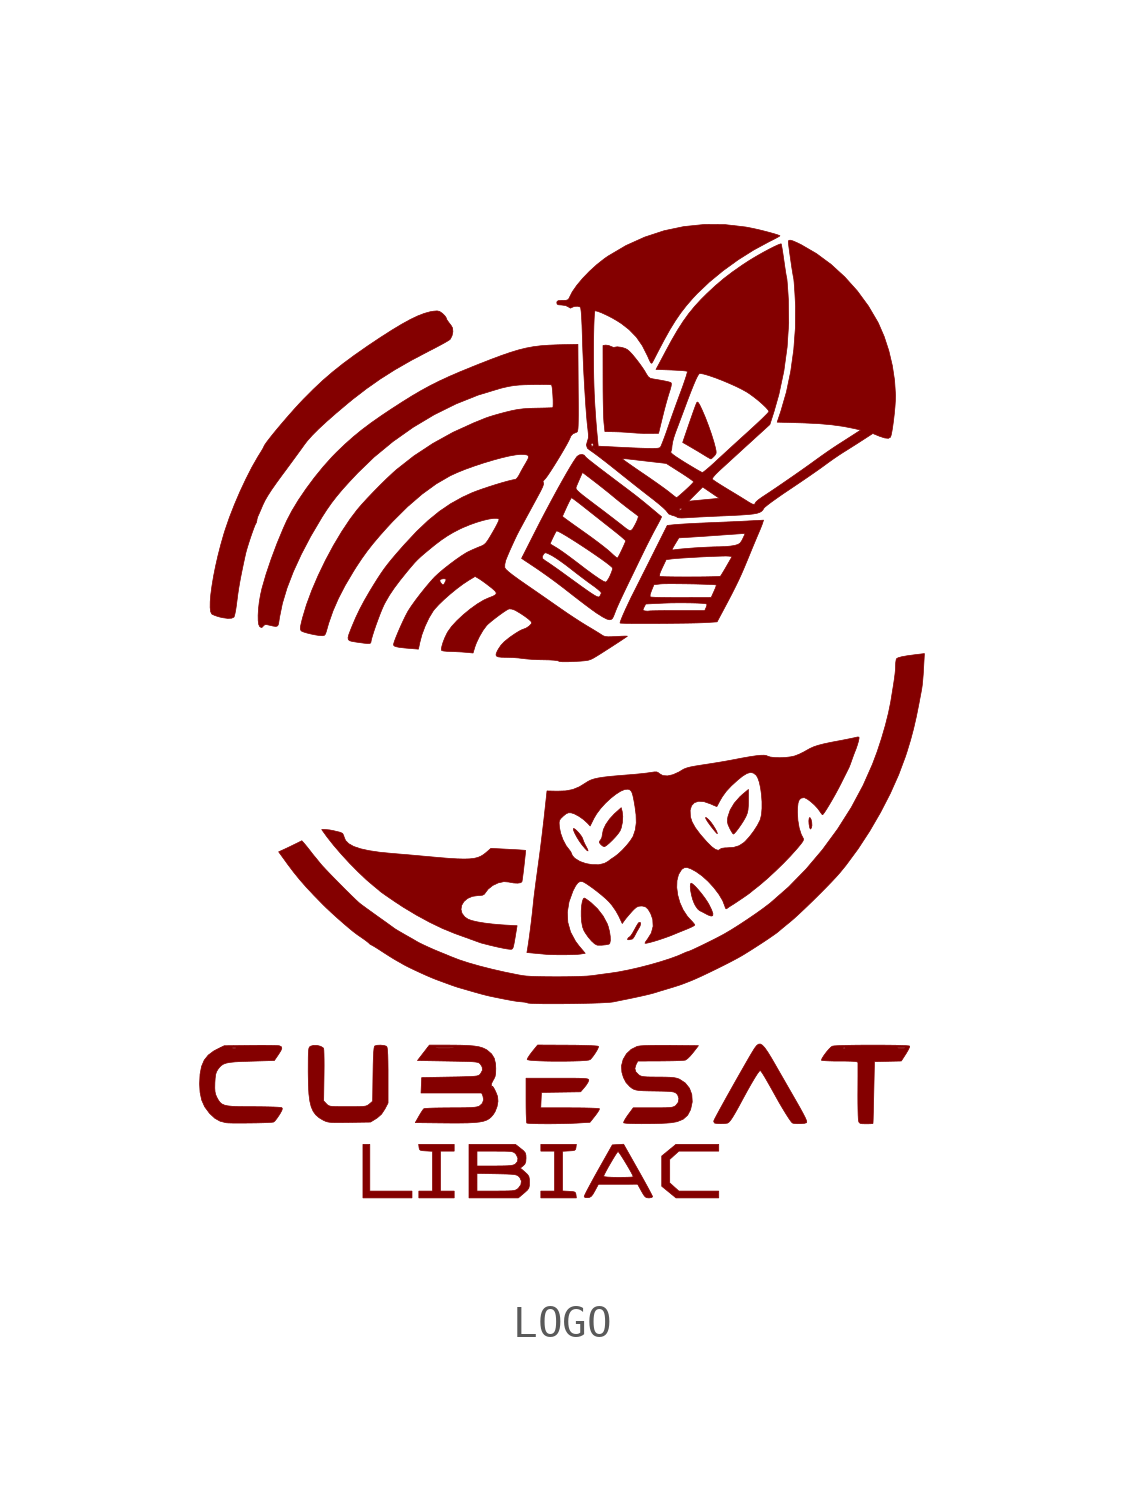
<source format=kicad_sym>
(kicad_symbol_lib
  (version 20220914)
  (generator "bitmap2component")
  (generator_version "8.0")
  (symbol "LOGO"
    (pin_names
      (offset 1.016))
    (property "Reference" "#G"
      (at 0 19.371 0)
      (effects (font (size 1.27 1.27)) hide))
    (symbol "LOGO_0_0"
      (polyline (pts (xy -4.573 -14.397) (xy -4.573 -14.29) (xy -5.234 -14.29) (xy -5.894 -14.29) (xy -5.894 -13.557) (xy -5.894 -12.825) (xy -6.002 -12.825) (xy -6.109 -12.825) (xy -6.109 -13.665) (xy -6.109 -14.504) (xy -5.341 -14.504) (xy -4.573 -14.504) (xy -4.573 -14.397)) (stroke (width 0.01) (type default)) (fill (type outline)))
      (polyline (pts (xy -3.251 -14.397) (xy -3.251 -14.29) (xy -3.465 -14.29) (xy -3.68 -14.29) (xy -3.68 -13.665) (xy -3.68 -13.039) (xy -3.465 -13.039) (xy -3.251 -13.039) (xy -3.251 -12.932) (xy -3.251 -12.825) (xy -3.807 -12.825) (xy -4.363 -12.825) (xy -4.352 -12.923) (xy -4.342 -12.976) (xy -4.314 -13.008) (xy -4.251 -13.024) (xy -4.135 -13.032) (xy -3.93 -13.043) (xy -3.93 -13.666) (xy -3.93 -14.29) (xy -4.144 -14.29) (xy -4.358 -14.29) (xy -4.358 -14.397) (xy -4.358 -14.504) (xy -3.805 -14.504) (xy -3.251 -14.504) (xy -3.251 -14.397)) (stroke (width 0.01) (type default)) (fill (type outline)))
      (polyline (pts (xy -1.068 -14.358) (xy -1.04 -14.335) (xy -0.957 -14.259) (xy -0.913 -14.197) (xy -0.896 -14.123) (xy -0.893 -14.013) (xy -0.895 -13.916) (xy -0.911 -13.833) (xy -0.954 -13.768) (xy -1.037 -13.691) (xy -1.18 -13.569) (xy -1.09 -13.498) (xy -1.038 -13.446) (xy -1.008 -13.372) (xy -1 -13.256) (xy -1.004 -13.164) (xy -1.023 -13.094) (xy -1.073 -13.032) (xy -1.167 -12.955) (xy -1.333 -12.825) (xy -2.06 -12.825) (xy -2.787 -12.825) (xy -2.787 -13.272) (xy -2.537 -13.272) (xy -2.537 -13.039) (xy -1.971 -13.039) (xy -1.832 -13.04) (xy -1.657 -13.041) (xy -1.534 -13.045) (xy -1.452 -13.054) (xy -1.398 -13.069) (xy -1.36 -13.091) (xy -1.328 -13.122) (xy -1.306 -13.148) (xy -1.255 -13.258) (xy -1.266 -13.363) (xy -1.338 -13.446) (xy -1.35 -13.453) (xy -1.402 -13.474) (xy -1.48 -13.489) (xy -1.595 -13.498) (xy -1.758 -13.502) (xy -1.982 -13.504) (xy -2.537 -13.504) (xy -2.537 -13.272) (xy -2.787 -13.272) (xy -2.787 -13.665) (xy -2.787 -14.013) (xy -2.537 -14.013) (xy -2.537 -13.736) (xy -1.92 -13.748) (xy -1.79 -13.751) (xy -1.598 -13.756) (xy -1.46 -13.763) (xy -1.365 -13.773) (xy -1.302 -13.787) (xy -1.258 -13.807) (xy -1.224 -13.835) (xy -1.196 -13.864) (xy -1.146 -13.975) (xy -1.162 -14.093) (xy -1.241 -14.201) (xy -1.275 -14.229) (xy -1.315 -14.253) (xy -1.368 -14.269) (xy -1.444 -14.28) (xy -1.557 -14.285) (xy -1.718 -14.288) (xy -1.938 -14.289) (xy -2.537 -14.29) (xy -2.537 -14.013) (xy -2.787 -14.013) (xy -2.787 -14.504) (xy -2.014 -14.504) (xy -1.242 -14.504) (xy -1.068 -14.358)) (stroke (width 0.01) (type default)) (fill (type outline)))
      (polyline (pts (xy 0.565 -14.406) (xy 0.555 -14.354) (xy 0.527 -14.321) (xy 0.464 -14.305) (xy 0.348 -14.297) (xy 0.143 -14.286) (xy 0.143 -13.665) (xy 0.143 -13.043) (xy 0.348 -13.032) (xy 0.457 -13.025) (xy 0.524 -13.01) (xy 0.554 -12.979) (xy 0.565 -12.923) (xy 0.576 -12.825) (xy 0.02 -12.825) (xy -0.536 -12.825) (xy -0.536 -12.932) (xy -0.536 -13.039) (xy -0.322 -13.039) (xy -0.107 -13.039) (xy -0.107 -13.665) (xy -0.107 -14.29) (xy -0.322 -14.29) (xy -0.536 -14.29) (xy -0.536 -14.397) (xy -0.536 -14.504) (xy 0.02 -14.504) (xy 0.576 -14.504) (xy 0.565 -14.406)) (stroke (width 0.01) (type default)) (fill (type outline)))
      (polyline (pts (xy 2.858 -14.504) (xy 2.934 -14.492) (xy 2.965 -14.467) (xy 2.952 -14.435) (xy 2.907 -14.347) (xy 2.837 -14.214) (xy 2.744 -14.044) (xy 2.634 -13.845) (xy 2.511 -13.626) (xy 2.057 -12.822) (xy 1.88 -12.832) (xy 1.703 -12.843) (xy 1.262 -13.625) (xy 1.166 -13.797) (xy 1.148 -13.83) (xy 1.429 -13.83) (xy 1.43 -13.825) (xy 1.453 -13.769) (xy 1.503 -13.672) (xy 1.571 -13.547) (xy 1.649 -13.412) (xy 1.727 -13.279) (xy 1.798 -13.164) (xy 1.852 -13.083) (xy 1.881 -13.049) (xy 1.891 -13.056) (xy 1.931 -13.108) (xy 1.994 -13.202) (xy 2.07 -13.323) (xy 2.151 -13.457) (xy 2.229 -13.589) (xy 2.295 -13.707) (xy 2.341 -13.796) (xy 2.358 -13.843) (xy 2.357 -13.844) (xy 2.311 -13.851) (xy 2.21 -13.856) (xy 2.066 -13.86) (xy 1.893 -13.861) (xy 1.859 -13.861) (xy 1.691 -13.858) (xy 1.554 -13.851) (xy 1.462 -13.841) (xy 1.429 -13.83) (xy 1.148 -13.83) (xy 1.055 -14) (xy 0.96 -14.176) (xy 0.886 -14.317) (xy 0.839 -14.414) (xy 0.822 -14.458) (xy 0.822 -14.46) (xy 0.85 -14.494) (xy 0.935 -14.497) (xy 0.981 -14.49) (xy 1.038 -14.46) (xy 1.092 -14.396) (xy 1.158 -14.281) (xy 1.268 -14.076) (xy 1.882 -14.076) (xy 2.496 -14.075) (xy 2.614 -14.29) (xy 2.616 -14.294) (xy 2.682 -14.407) (xy 2.732 -14.47) (xy 2.783 -14.498) (xy 2.848 -14.504) (xy 2.858 -14.504)) (stroke (width 0.01) (type default)) (fill (type outline)))
      (polyline (pts (xy 5.037 -14.397) (xy 5.037 -14.29) (xy 4.412 -14.29) (xy 3.787 -14.29) (xy 3.644 -14.161) (xy 3.501 -14.031) (xy 3.501 -13.665) (xy 3.501 -13.298) (xy 3.644 -13.168) (xy 3.787 -13.039) (xy 4.412 -13.039) (xy 5.037 -13.039) (xy 5.037 -12.932) (xy 5.037 -12.825) (xy 4.367 -12.825) (xy 3.697 -12.825) (xy 3.474 -13.008) (xy 3.251 -13.191) (xy 3.251 -13.665) (xy 3.251 -14.139) (xy 3.474 -14.321) (xy 3.697 -14.504) (xy 4.367 -14.504) (xy 5.037 -14.504) (xy 5.037 -14.397)) (stroke (width 0.01) (type default)) (fill (type outline)))
      (polyline (pts (xy -9.847 -12.159) (xy -9.64 -12.157) (xy -9.435 -12.154) (xy -9.245 -12.149) (xy -9.084 -12.143) (xy -8.967 -12.135) (xy -8.907 -12.127) (xy -8.868 -12.094) (xy -8.806 -12.016) (xy -8.734 -11.911) (xy -8.704 -11.863) (xy -8.65 -11.765) (xy -8.634 -11.708) (xy -8.651 -11.677) (xy -8.672 -11.672) (xy -8.758 -11.664) (xy -8.898 -11.657) (xy -9.082 -11.652) (xy -9.299 -11.648) (xy -9.538 -11.646) (xy -9.763 -11.646) (xy -10.01 -11.643) (xy -10.201 -11.635) (xy -10.346 -11.62) (xy -10.453 -11.595) (xy -10.531 -11.559) (xy -10.589 -11.508) (xy -10.637 -11.442) (xy -10.684 -11.357) (xy -10.722 -11.27) (xy -10.743 -11.179) (xy -10.751 -11.063) (xy -10.748 -10.9) (xy -10.739 -10.756) (xy -10.723 -10.636) (xy -10.696 -10.55) (xy -10.652 -10.476) (xy -10.607 -10.417) (xy -10.549 -10.358) (xy -10.48 -10.313) (xy -10.389 -10.28) (xy -10.267 -10.257) (xy -10.104 -10.241) (xy -9.889 -10.23) (xy -9.613 -10.221) (xy -8.884 -10.199) (xy -8.765 -10.026) (xy -8.753 -10.008) (xy -8.679 -9.89) (xy -8.651 -9.813) (xy -8.667 -9.767) (xy -8.726 -9.739) (xy -8.748 -9.736) (xy -8.838 -9.73) (xy -8.983 -9.727) (xy -9.171 -9.725) (xy -9.391 -9.725) (xy -9.631 -9.727) (xy -10.456 -9.737) (xy -10.611 -9.813) (xy -10.195 -9.813) (xy -10.19 -9.8) (xy -10.174 -9.796) (xy -10.101 -9.8) (xy -10.095 -9.813) (xy -10.146 -9.819) (xy -10.195 -9.813) (xy -10.611 -9.813) (xy -10.697 -9.856) (xy -10.785 -9.903) (xy -10.956 -10.031) (xy -11.081 -10.188) (xy -11.165 -10.385) (xy -11.212 -10.63) (xy -11.226 -10.932) (xy -11.212 -11.193) (xy -11.161 -11.437) (xy -11.068 -11.647) (xy -10.926 -11.84) (xy -10.901 -11.868) (xy -10.745 -12.012) (xy -10.584 -12.101) (xy -10.396 -12.149) (xy -10.332 -12.154) (xy -10.206 -12.158) (xy -10.04 -12.16) (xy -9.847 -12.159)) (stroke (width 0.01) (type default)) (fill (type outline)))
      (polyline (pts (xy -2.823 -12.154) (xy -2.618 -12.143) (xy -2.455 -12.126) (xy -2.328 -12.1) (xy -2.229 -12.065) (xy -2.15 -12.019) (xy -2.085 -11.961) (xy -2.026 -11.891) (xy -1.971 -11.804) (xy -1.908 -11.643) (xy -1.879 -11.478) (xy -1.89 -11.337) (xy -1.899 -11.308) (xy -1.938 -11.207) (xy -1.984 -11.108) (xy -2.028 -11.033) (xy -2.057 -11.003) (xy -2.063 -11.008) (xy -2.051 -11.048) (xy -2.042 -11.067) (xy -2.055 -11.065) (xy -2.085 -11.022) (xy -2.085 -10.927) (xy -2.025 -10.809) (xy -2.009 -10.785) (xy -1.971 -10.704) (xy -1.952 -10.6) (xy -1.948 -10.449) (xy -1.955 -10.303) (xy -1.996 -10.13) (xy -2.08 -9.994) (xy -2.215 -9.877) (xy -2.253 -9.853) (xy -2.352 -9.806) (xy -2.472 -9.77) (xy -2.626 -9.745) (xy -2.821 -9.729) (xy -3.068 -9.72) (xy -3.377 -9.717) (xy -4.028 -9.717) (xy -4.094 -9.802) (xy -3.832 -9.802) (xy -3.776 -9.798) (xy -3.659 -9.794) (xy -3.475 -9.793) (xy -3.312 -9.798) (xy -3.284 -9.8) (xy -3.263 -9.804) (xy -3.305 -9.807) (xy -3.404 -9.809) (xy -3.555 -9.81) (xy -3.624 -9.81) (xy -3.75 -9.809) (xy -3.822 -9.806) (xy -3.832 -9.802) (xy -4.094 -9.802) (xy -4.215 -9.958) (xy -4.401 -10.199) (xy -3.447 -10.217) (xy -3.187 -10.222) (xy -2.958 -10.227) (xy -2.785 -10.232) (xy -2.659 -10.239) (xy -2.571 -10.248) (xy -2.512 -10.259) (xy -2.474 -10.274) (xy -2.448 -10.294) (xy -2.426 -10.319) (xy -2.375 -10.402) (xy -2.366 -10.506) (xy -2.426 -10.615) (xy -2.439 -10.63) (xy -2.463 -10.653) (xy -2.496 -10.671) (xy -2.546 -10.684) (xy -2.624 -10.693) (xy -2.738 -10.701) (xy -2.896 -10.706) (xy -3.107 -10.712) (xy -3.382 -10.717) (xy -4.269 -10.735) (xy -4.28 -10.976) (xy -4.29 -11.217) (xy -3.341 -11.217) (xy -2.392 -11.217) (xy -2.353 -11.304) (xy -2.329 -11.426) (xy -2.368 -11.542) (xy -2.464 -11.628) (xy -2.475 -11.633) (xy -2.529 -11.65) (xy -2.608 -11.663) (xy -2.723 -11.672) (xy -2.881 -11.678) (xy -3.092 -11.681) (xy -3.365 -11.682) (xy -3.474 -11.683) (xy -3.697 -11.685) (xy -3.893 -11.689) (xy -4.048 -11.695) (xy -4.155 -11.701) (xy -4.2 -11.709) (xy -4.233 -11.747) (xy -4.289 -11.831) (xy -4.354 -11.94) (xy -4.47 -12.145) (xy -3.691 -12.155) (xy -3.393 -12.158) (xy -3.079 -12.158) (xy -2.823 -12.154)) (stroke (width 0.01) (type default)) (fill (type outline)))
      (polyline (pts (xy -0.206 -12.181) (xy 0.018 -12.178) (xy 0.239 -12.174) (xy 0.444 -12.167) (xy 0.621 -12.159) (xy 1.003 -12.135) (xy 1.16 -11.937) (xy 1.167 -11.929) (xy 1.24 -11.829) (xy 1.288 -11.751) (xy 1.3 -11.71) (xy 1.27 -11.704) (xy 1.178 -11.697) (xy 1.032 -11.691) (xy 0.843 -11.686) (xy 0.619 -11.683) (xy 0.371 -11.682) (xy -0.539 -11.682) (xy -0.529 -11.441) (xy -0.518 -11.2) (xy 0.096 -11.19) (xy 0.71 -11.18) (xy 0.837 -11.031) (xy 0.885 -10.97) (xy 0.942 -10.88) (xy 0.965 -10.818) (xy 0.964 -10.807) (xy 0.954 -10.79) (xy 0.928 -10.777) (xy 0.877 -10.768) (xy 0.794 -10.761) (xy 0.671 -10.757) (xy 0.5 -10.754) (xy 0.273 -10.753) (xy -0.018 -10.753) (xy -1 -10.753) (xy -1 -11.444) (xy -1 -11.464) (xy -0.999 -11.677) (xy -0.996 -11.865) (xy -0.99 -12.015) (xy -0.984 -12.117) (xy -0.977 -12.158) (xy -0.969 -12.161) (xy -0.904 -12.169) (xy -0.783 -12.175) (xy -0.619 -12.179) (xy -0.422 -12.181) (xy -0.206 -12.181)) (stroke (width 0.01) (type default)) (fill (type outline)))
      (polyline (pts (xy 2.818 -12.178) (xy 3.027 -12.175) (xy 3.226 -12.169) (xy 3.403 -12.16) (xy 3.545 -12.149) (xy 3.733 -12.116) (xy 3.924 -12.037) (xy 4.062 -11.913) (xy 4.154 -11.739) (xy 4.204 -11.508) (xy 4.206 -11.487) (xy 4.193 -11.266) (xy 4.119 -11.068) (xy 3.987 -10.903) (xy 3.806 -10.784) (xy 3.799 -10.781) (xy 3.726 -10.755) (xy 3.637 -10.737) (xy 3.52 -10.726) (xy 3.358 -10.72) (xy 3.14 -10.718) (xy 2.959 -10.717) (xy 2.803 -10.714) (xy 2.694 -10.706) (xy 2.62 -10.693) (xy 2.568 -10.674) (xy 2.526 -10.645) (xy 2.438 -10.553) (xy 2.409 -10.448) (xy 2.446 -10.326) (xy 2.502 -10.217) (xy 3.207 -10.214) (xy 3.229 -10.213) (xy 3.45 -10.211) (xy 3.648 -10.207) (xy 3.813 -10.201) (xy 3.931 -10.194) (xy 3.99 -10.187) (xy 3.995 -10.185) (xy 4.059 -10.141) (xy 4.144 -10.057) (xy 4.235 -9.949) (xy 4.401 -9.735) (xy 3.52 -9.725) (xy 3.508 -9.725) (xy 3.204 -9.724) (xy 2.944 -9.726) (xy 2.734 -9.732) (xy 2.583 -9.741) (xy 2.496 -9.754) (xy 2.476 -9.76) (xy 2.294 -9.85) (xy 2.146 -9.99) (xy 2.042 -10.166) (xy 1.991 -10.362) (xy 2.002 -10.564) (xy 2.051 -10.731) (xy 2.133 -10.889) (xy 2.252 -11.017) (xy 2.263 -11.025) (xy 2.319 -11.069) (xy 2.376 -11.101) (xy 2.444 -11.123) (xy 2.537 -11.138) (xy 2.666 -11.147) (xy 2.842 -11.152) (xy 3.078 -11.156) (xy 3.28 -11.16) (xy 3.44 -11.165) (xy 3.551 -11.174) (xy 3.626 -11.187) (xy 3.675 -11.206) (xy 3.712 -11.232) (xy 3.751 -11.278) (xy 3.788 -11.391) (xy 3.768 -11.509) (xy 3.693 -11.608) (xy 3.669 -11.625) (xy 3.627 -11.647) (xy 3.571 -11.663) (xy 3.49 -11.673) (xy 3.372 -11.679) (xy 3.205 -11.681) (xy 2.978 -11.682) (xy 2.358 -11.682) (xy 2.197 -11.9) (xy 2.182 -11.92) (xy 2.112 -12.026) (xy 2.067 -12.108) (xy 2.056 -12.15) (xy 2.067 -12.155) (xy 2.136 -12.165) (xy 2.258 -12.173) (xy 2.421 -12.177) (xy 2.612 -12.179) (xy 2.818 -12.178)) (stroke (width 0.01) (type default)) (fill (type outline)))
      (polyline (pts (xy 7.611 -12.178) (xy 7.718 -12.168) (xy 7.784 -12.149) (xy 7.785 -12.149) (xy 7.794 -12.124) (xy 7.782 -12.072) (xy 7.745 -11.987) (xy 7.681 -11.862) (xy 7.587 -11.689) (xy 7.458 -11.462) (xy 7.338 -11.253) (xy 7.192 -10.999) (xy 7.047 -10.746) (xy 6.914 -10.515) (xy 6.805 -10.324) (xy 6.692 -10.129) (xy 6.575 -9.938) (xy 6.48 -9.802) (xy 6.403 -9.719) (xy 6.338 -9.682) (xy 6.279 -9.689) (xy 6.221 -9.735) (xy 6.16 -9.815) (xy 6.15 -9.83) (xy 6.096 -9.918) (xy 6.015 -10.053) (xy 5.914 -10.228) (xy 5.798 -10.431) (xy 5.67 -10.655) (xy 5.537 -10.89) (xy 5.404 -11.127) (xy 5.275 -11.357) (xy 5.157 -11.571) (xy 5.053 -11.76) (xy 4.97 -11.914) (xy 4.912 -12.024) (xy 4.885 -12.081) (xy 4.88 -12.117) (xy 4.905 -12.159) (xy 4.907 -12.16) (xy 4.984 -12.173) (xy 5.099 -12.178) (xy 5.218 -12.174) (xy 5.309 -12.161) (xy 5.316 -12.159) (xy 5.356 -12.131) (xy 5.407 -12.073) (xy 5.472 -11.977) (xy 5.556 -11.836) (xy 5.663 -11.645) (xy 5.797 -11.396) (xy 5.804 -11.383) (xy 5.936 -11.141) (xy 6.056 -10.929) (xy 6.16 -10.753) (xy 6.244 -10.62) (xy 6.304 -10.538) (xy 6.335 -10.513) (xy 6.34 -10.515) (xy 6.367 -10.545) (xy 6.412 -10.611) (xy 6.478 -10.718) (xy 6.567 -10.872) (xy 6.684 -11.078) (xy 6.831 -11.342) (xy 6.925 -11.51) (xy 7.035 -11.697) (xy 7.138 -11.866) (xy 7.228 -12.006) (xy 7.298 -12.106) (xy 7.34 -12.155) (xy 7.393 -12.171) (xy 7.493 -12.179) (xy 7.611 -12.178)) (stroke (width 0.01) (type default)) (fill (type outline)))
      (polyline (pts (xy 9.743 -12.181) (xy 9.831 -12.178) (xy 9.867 -12.173) (xy 9.867 -12.173) (xy 9.87 -12.134) (xy 9.874 -12.034) (xy 9.878 -11.881) (xy 9.883 -11.684) (xy 9.889 -11.454) (xy 9.894 -11.2) (xy 9.914 -10.235) (xy 10.335 -10.225) (xy 10.756 -10.215) (xy 10.897 -9.997) (xy 10.905 -9.985) (xy 10.969 -9.876) (xy 11.01 -9.791) (xy 11.018 -9.748) (xy 10.993 -9.742) (xy 10.906 -9.734) (xy 10.765 -9.728) (xy 10.58 -9.723) (xy 10.363 -9.72) (xy 10.122 -9.718) (xy 9.869 -9.718) (xy 9.614 -9.718) (xy 9.366 -9.72) (xy 9.135 -9.724) (xy 8.933 -9.729) (xy 8.769 -9.735) (xy 8.653 -9.742) (xy 8.596 -9.751) (xy 8.564 -9.771) (xy 8.534 -9.8) (xy 8.943 -9.8) (xy 8.948 -9.796) (xy 8.991 -9.8) (xy 8.994 -9.806) (xy 10.633 -9.806) (xy 10.655 -9.799) (xy 10.736 -9.793) (xy 10.851 -9.799) (xy 10.874 -9.806) (xy 10.841 -9.811) (xy 10.753 -9.813) (xy 10.673 -9.812) (xy 10.633 -9.806) (xy 8.994 -9.806) (xy 8.996 -9.811) (xy 8.967 -9.824) (xy 8.948 -9.822) (xy 8.943 -9.8) (xy 8.534 -9.8) (xy 8.492 -9.84) (xy 8.41 -9.935) (xy 8.333 -10.039) (xy 8.275 -10.13) (xy 8.252 -10.19) (xy 8.267 -10.196) (xy 8.34 -10.204) (xy 8.466 -10.211) (xy 8.631 -10.216) (xy 8.824 -10.217) (xy 9.043 -10.218) (xy 9.209 -10.223) (xy 9.318 -10.231) (xy 9.379 -10.244) (xy 9.398 -10.262) (xy 9.398 -10.283) (xy 9.398 -10.368) (xy 9.398 -10.508) (xy 9.398 -10.692) (xy 9.397 -10.909) (xy 9.396 -11.149) (xy 9.395 -11.29) (xy 9.396 -11.524) (xy 9.399 -11.732) (xy 9.403 -11.903) (xy 9.409 -12.025) (xy 9.415 -12.087) (xy 9.432 -12.137) (xy 9.465 -12.167) (xy 9.531 -12.18) (xy 9.649 -12.182) (xy 9.743 -12.181)) (stroke (width 0.01) (type default)) (fill (type outline)))
      (polyline (pts (xy -6.769 -12.142) (xy -6.535 -12.139) (xy -5.871 -12.128) (xy -5.697 -12.021) (xy -5.663 -11.999) (xy -5.528 -11.881) (xy -5.423 -11.722) (xy -5.323 -11.531) (xy -5.323 -10.667) (xy -5.323 -10.479) (xy -5.326 -10.22) (xy -5.331 -10.023) (xy -5.34 -9.884) (xy -5.351 -9.799) (xy -5.366 -9.76) (xy -5.377 -9.752) (xy -5.453 -9.728) (xy -5.56 -9.718) (xy -5.666 -9.723) (xy -5.74 -9.745) (xy -5.747 -9.754) (xy -5.761 -9.811) (xy -5.772 -9.922) (xy -5.782 -10.091) (xy -5.789 -10.323) (xy -5.794 -10.623) (xy -5.805 -11.474) (xy -5.905 -11.56) (xy -5.936 -11.585) (xy -5.976 -11.61) (xy -6.028 -11.627) (xy -6.103 -11.638) (xy -6.213 -11.643) (xy -6.37 -11.646) (xy -6.587 -11.646) (xy -6.79 -11.646) (xy -6.95 -11.644) (xy -7.061 -11.639) (xy -7.136 -11.629) (xy -7.184 -11.613) (xy -7.22 -11.589) (xy -7.254 -11.555) (xy -7.34 -11.464) (xy -7.329 -10.681) (xy -7.328 -10.589) (xy -7.326 -10.363) (xy -7.327 -10.162) (xy -7.33 -9.998) (xy -7.334 -9.883) (xy -7.34 -9.827) (xy -7.358 -9.8) (xy -7.433 -9.755) (xy -7.54 -9.728) (xy -7.654 -9.725) (xy -7.748 -9.751) (xy -7.767 -9.762) (xy -7.787 -9.783) (xy -7.802 -9.819) (xy -7.812 -9.879) (xy -7.819 -9.972) (xy -7.822 -10.109) (xy -7.823 -10.299) (xy -7.824 -10.55) (xy -7.823 -10.641) (xy -7.817 -10.977) (xy -7.802 -11.252) (xy -7.773 -11.474) (xy -7.73 -11.65) (xy -7.669 -11.79) (xy -7.588 -11.901) (xy -7.485 -11.991) (xy -7.357 -12.068) (xy -7.352 -12.07) (xy -7.293 -12.098) (xy -7.235 -12.119) (xy -7.166 -12.132) (xy -7.073 -12.14) (xy -6.945 -12.143) (xy -6.769 -12.142)) (stroke (width 0.01) (type default)) (fill (type outline)))
      (polyline (pts (xy 0.283 -10.22) (xy 0.497 -10.216) (xy 0.688 -10.21) (xy 0.844 -10.2) (xy 0.954 -10.188) (xy 1.006 -10.172) (xy 1.029 -10.152) (xy 1.093 -10.076) (xy 1.161 -9.979) (xy 1.222 -9.881) (xy 1.262 -9.8) (xy 1.27 -9.756) (xy 1.233 -9.747) (xy 1.134 -9.739) (xy 0.983 -9.732) (xy 0.788 -9.726) (xy 0.559 -9.721) (xy 0.307 -9.719) (xy -0.637 -9.714) (xy -0.801 -9.915) (xy -0.808 -9.924) (xy -0.887 -10.029) (xy -0.943 -10.116) (xy -0.965 -10.167) (xy -0.953 -10.176) (xy -0.882 -10.19) (xy -0.758 -10.201) (xy -0.591 -10.21) (xy -0.392 -10.217) (xy -0.173 -10.221) (xy 0.056 -10.222) (xy 0.283 -10.22)) (stroke (width 0.01) (type default)) (fill (type outline)))
      (polyline (pts (xy 0.013 -8.421) (xy 0.284 -8.419) (xy 0.558 -8.415) (xy 0.828 -8.409) (xy 1.081 -8.403) (xy 1.308 -8.395) (xy 1.499 -8.385) (xy 1.644 -8.375) (xy 1.733 -8.364) (xy 1.868 -8.336) (xy 2.045 -8.3) (xy 2.215 -8.266) (xy 2.321 -8.244) (xy 2.564 -8.192) (xy 2.772 -8.145) (xy 2.934 -8.105) (xy 3.037 -8.076) (xy 3.085 -8.061) (xy 3.196 -8.026) (xy 3.322 -7.989) (xy 3.343 -7.982) (xy 3.603 -7.904) (xy 3.8 -7.841) (xy 3.93 -7.795) (xy 3.958 -7.784) (xy 4.063 -7.743) (xy 4.18 -7.697) (xy 4.315 -7.639) (xy 4.503 -7.554) (xy 4.722 -7.45) (xy 4.958 -7.335) (xy 5.194 -7.218) (xy 5.415 -7.105) (xy 5.605 -7.004) (xy 5.748 -6.924) (xy 5.856 -6.859) (xy 6.03 -6.751) (xy 6.216 -6.632) (xy 6.403 -6.511) (xy 6.579 -6.394) (xy 6.73 -6.29) (xy 6.846 -6.208) (xy 6.913 -6.155) (xy 6.943 -6.129) (xy 7.027 -6.058) (xy 7.141 -5.964) (xy 7.27 -5.859) (xy 7.272 -5.858) (xy 7.4 -5.748) (xy 7.566 -5.596) (xy 7.758 -5.415) (xy 7.966 -5.214) (xy 8.177 -5.005) (xy 8.382 -4.799) (xy 8.569 -4.606) (xy 8.726 -4.438) (xy 8.843 -4.305) (xy 9.022 -4.085) (xy 9.402 -3.57) (xy 9.766 -3.012) (xy 10.105 -2.428) (xy 10.411 -1.834) (xy 10.673 -1.246) (xy 10.884 -0.68) (xy 10.936 -0.521) (xy 11.047 -0.156) (xy 11.141 0.198) (xy 11.226 0.568) (xy 11.309 0.982) (xy 11.311 0.994) (xy 11.342 1.159) (xy 11.373 1.321) (xy 11.396 1.447) (xy 11.411 1.552) (xy 11.427 1.708) (xy 11.442 1.893) (xy 11.454 2.087) (xy 11.479 2.548) (xy 11.286 2.525) (xy 11.195 2.514) (xy 10.948 2.481) (xy 10.769 2.449) (xy 10.655 2.417) (xy 10.605 2.386) (xy 10.595 2.358) (xy 10.581 2.268) (xy 10.575 2.152) (xy 10.574 2.101) (xy 10.569 2.013) (xy 10.558 1.905) (xy 10.54 1.767) (xy 10.514 1.589) (xy 10.477 1.361) (xy 10.43 1.072) (xy 10.426 1.045) (xy 10.354 0.691) (xy 10.255 0.297) (xy 10.134 -0.117) (xy 9.998 -0.53) (xy 9.851 -0.922) (xy 9.56 -1.579) (xy 9.189 -2.272) (xy 8.761 -2.947) (xy 8.286 -3.595) (xy 7.771 -4.204) (xy 7.222 -4.765) (xy 6.649 -5.267) (xy 6.623 -5.287) (xy 6.428 -5.435) (xy 6.193 -5.603) (xy 5.935 -5.779) (xy 5.674 -5.951) (xy 5.428 -6.106) (xy 5.216 -6.231) (xy 5.152 -6.266) (xy 5.016 -6.338) (xy 4.854 -6.421) (xy 4.681 -6.507) (xy 4.508 -6.592) (xy 4.348 -6.668) (xy 4.214 -6.731) (xy 4.118 -6.772) (xy 4.073 -6.788) (xy 4.073 -6.788) (xy 4.021 -6.803) (xy 3.942 -6.838) (xy 3.758 -6.919) (xy 3.503 -7.012) (xy 3.206 -7.107) (xy 2.882 -7.2) (xy 2.545 -7.287) (xy 2.21 -7.363) (xy 1.893 -7.425) (xy 1.608 -7.468) (xy 1.458 -7.487) (xy 1.266 -7.513) (xy 1.099 -7.537) (xy 1.049 -7.543) (xy 0.893 -7.556) (xy 0.688 -7.565) (xy 0.447 -7.572) (xy 0.184 -7.576) (xy -0.087 -7.577) (xy -0.354 -7.575) (xy -0.603 -7.571) (xy -0.82 -7.564) (xy -0.993 -7.553) (xy -1.107 -7.54) (xy -1.246 -7.515) (xy -1.661 -7.431) (xy -2.065 -7.339) (xy -2.447 -7.242) (xy -2.795 -7.143) (xy -3.096 -7.045) (xy -3.338 -6.951) (xy -3.34 -6.951) (xy -3.43 -6.913) (xy -3.558 -6.86) (xy -3.697 -6.804) (xy -3.716 -6.796) (xy -3.884 -6.726) (xy -4.057 -6.649) (xy -4.217 -6.575) (xy -4.348 -6.511) (xy -4.43 -6.466) (xy -4.454 -6.451) (xy -4.536 -6.403) (xy -4.654 -6.336) (xy -4.792 -6.258) (xy -4.873 -6.211) (xy -5.001 -6.137) (xy -5.098 -6.078) (xy -5.149 -6.043) (xy -5.167 -6.029) (xy -5.24 -5.976) (xy -5.353 -5.894) (xy -5.496 -5.792) (xy -5.657 -5.678) (xy -5.74 -5.618) (xy -5.9 -5.503) (xy -6.04 -5.402) (xy -6.147 -5.323) (xy -6.209 -5.275) (xy -6.247 -5.242) (xy -6.35 -5.147) (xy -6.484 -5.017) (xy -6.641 -4.862) (xy -6.808 -4.694) (xy -6.977 -4.523) (xy -7.135 -4.36) (xy -7.274 -4.214) (xy -7.383 -4.097) (xy -7.45 -4.019) (xy -7.519 -3.933) (xy -7.587 -3.849) (xy -7.627 -3.801) (xy -7.636 -3.791) (xy -7.687 -3.728) (xy -7.752 -3.642) (xy -7.761 -3.631) (xy -7.848 -3.52) (xy -7.932 -3.418) (xy -8.023 -3.315) (xy -8.236 -3.42) (xy -8.34 -3.471) (xy -8.483 -3.54) (xy -8.599 -3.594) (xy -8.75 -3.662) (xy -8.473 -4.045) (xy -8.469 -4.051) (xy -8.285 -4.295) (xy -8.094 -4.531) (xy -7.883 -4.772) (xy -7.641 -5.03) (xy -7.356 -5.321) (xy -7.26 -5.415) (xy -7.097 -5.568) (xy -6.917 -5.731) (xy -6.734 -5.892) (xy -6.562 -6.039) (xy -6.415 -6.16) (xy -6.304 -6.244) (xy -6.271 -6.268) (xy -6.191 -6.323) (xy -6.09 -6.393) (xy -6.01 -6.451) (xy -5.934 -6.511) (xy -5.901 -6.545) (xy -5.9 -6.547) (xy -5.861 -6.573) (xy -5.832 -6.586) (xy -5.754 -6.631) (xy -5.641 -6.701) (xy -5.506 -6.789) (xy -5.404 -6.855) (xy -5.258 -6.948) (xy -5.131 -7.026) (xy -5.045 -7.076) (xy -5.018 -7.091) (xy -4.923 -7.144) (xy -4.859 -7.182) (xy -4.782 -7.224) (xy -4.648 -7.292) (xy -4.48 -7.372) (xy -4.297 -7.457) (xy -4.115 -7.539) (xy -3.951 -7.609) (xy -3.822 -7.661) (xy -3.668 -7.718) (xy -3.475 -7.789) (xy -3.329 -7.842) (xy -3.219 -7.88) (xy -3.131 -7.909) (xy -3.054 -7.931) (xy -3.027 -7.939) (xy -2.922 -7.969) (xy -2.781 -8.01) (xy -2.626 -8.055) (xy -2.568 -8.071) (xy -2.403 -8.117) (xy -2.252 -8.156) (xy -2.143 -8.182) (xy -1.957 -8.221) (xy -1.659 -8.281) (xy -1.422 -8.325) (xy -1.25 -8.352) (xy -1.143 -8.362) (xy -1.14 -8.362) (xy -1.032 -8.373) (xy -0.947 -8.397) (xy -0.919 -8.403) (xy -0.822 -8.411) (xy -0.671 -8.416) (xy -0.474 -8.42) (xy -0.243 -8.421) (xy 0.013 -8.421)) (stroke (width 0.01) (type default)) (fill (type outline)))
      (polyline (pts (xy 0.271 -6.885) (xy 0.455 -6.881) (xy 0.605 -6.875) (xy 0.704 -6.865) (xy 0.854 -6.841) (xy 0.659 -6.609) (xy 0.55 -6.464) (xy 0.395 -6.176) (xy 0.309 -5.873) (xy 0.293 -5.555) (xy 0.347 -5.226) (xy 0.47 -4.886) (xy 0.553 -4.727) (xy 0.626 -4.63) (xy 0.698 -4.589) (xy 0.774 -4.598) (xy 0.81 -4.614) (xy 0.918 -4.679) (xy 1.055 -4.775) (xy 1.208 -4.889) (xy 1.36 -5.011) (xy 1.496 -5.128) (xy 1.6 -5.229) (xy 1.693 -5.338) (xy 1.811 -5.507) (xy 1.902 -5.669) (xy 2.014 -5.908) (xy 2.087 -5.805) (xy 2.135 -5.743) (xy 2.222 -5.639) (xy 2.318 -5.53) (xy 2.374 -5.471) (xy 2.454 -5.4) (xy 2.525 -5.367) (xy 2.607 -5.359) (xy 2.661 -5.362) (xy 2.753 -5.392) (xy 2.829 -5.466) (xy 2.906 -5.596) (xy 2.97 -5.779) (xy 2.981 -5.996) (xy 2.925 -6.207) (xy 2.803 -6.402) (xy 2.784 -6.426) (xy 2.738 -6.492) (xy 2.726 -6.525) (xy 2.763 -6.527) (xy 2.855 -6.508) (xy 2.989 -6.472) (xy 3.15 -6.423) (xy 3.324 -6.364) (xy 3.5 -6.301) (xy 3.662 -6.236) (xy 3.667 -6.234) (xy 3.758 -6.196) (xy 3.887 -6.144) (xy 4.028 -6.087) (xy 4.058 -6.075) (xy 4.174 -6.024) (xy 4.256 -5.981) (xy 4.287 -5.954) (xy 4.271 -5.925) (xy 4.216 -5.858) (xy 4.135 -5.772) (xy 4.053 -5.681) (xy 3.92 -5.479) (xy 3.819 -5.254) (xy 3.752 -5.017) (xy 3.721 -4.782) (xy 3.728 -4.563) (xy 3.776 -4.373) (xy 3.868 -4.224) (xy 3.894 -4.199) (xy 3.966 -4.156) (xy 4.051 -4.154) (xy 4.164 -4.194) (xy 4.319 -4.278) (xy 4.512 -4.414) (xy 4.705 -4.588) (xy 4.886 -4.786) (xy 5.042 -4.992) (xy 5.161 -5.192) (xy 5.23 -5.371) (xy 5.243 -5.418) (xy 5.268 -5.449) (xy 5.31 -5.426) (xy 5.348 -5.397) (xy 5.433 -5.342) (xy 5.485 -5.311) (xy 5.578 -5.25) (xy 5.693 -5.173) (xy 5.812 -5.093) (xy 5.92 -5.018) (xy 6 -4.96) (xy 6.037 -4.931) (xy 6.059 -4.912) (xy 6.125 -4.858) (xy 6.216 -4.787) (xy 6.348 -4.681) (xy 6.575 -4.485) (xy 6.818 -4.26) (xy 7.061 -4.024) (xy 7.284 -3.793) (xy 7.472 -3.583) (xy 7.522 -3.525) (xy 7.614 -3.413) (xy 7.668 -3.338) (xy 7.691 -3.287) (xy 7.689 -3.248) (xy 7.668 -3.208) (xy 7.62 -3.115) (xy 7.557 -2.918) (xy 7.516 -2.679) (xy 7.502 -2.417) (xy 7.505 -2.283) (xy 7.522 -2.13) (xy 7.559 -2.032) (xy 7.618 -1.98) (xy 7.706 -1.965) (xy 7.729 -1.969) (xy 7.814 -2.012) (xy 7.92 -2.091) (xy 8.033 -2.191) (xy 8.134 -2.299) (xy 8.208 -2.4) (xy 8.212 -2.407) (xy 8.258 -2.473) (xy 8.287 -2.501) (xy 8.299 -2.493) (xy 8.344 -2.436) (xy 8.412 -2.332) (xy 8.498 -2.192) (xy 8.594 -2.028) (xy 8.694 -1.851) (xy 8.791 -1.671) (xy 8.879 -1.5) (xy 8.886 -1.485) (xy 8.966 -1.325) (xy 9.036 -1.186) (xy 9.088 -1.081) (xy 9.115 -1.027) (xy 9.127 -0.999) (xy 9.163 -0.907) (xy 9.203 -0.794) (xy 9.22 -0.746) (xy 9.266 -0.619) (xy 9.305 -0.518) (xy 9.334 -0.447) (xy 9.377 -0.321) (xy 9.412 -0.204) (xy 9.431 -0.114) (xy 9.431 -0.071) (xy 9.427 -0.068) (xy 9.379 -0.065) (xy 9.364 -0.069) (xy 9.277 -0.09) (xy 9.137 -0.119) (xy 8.958 -0.155) (xy 8.752 -0.194) (xy 8.547 -0.233) (xy 8.327 -0.28) (xy 8.156 -0.324) (xy 8.019 -0.369) (xy 7.905 -0.419) (xy 7.799 -0.478) (xy 7.692 -0.538) (xy 7.542 -0.61) (xy 7.413 -0.66) (xy 7.294 -0.686) (xy 7.128 -0.706) (xy 6.952 -0.714) (xy 6.786 -0.709) (xy 6.649 -0.692) (xy 6.563 -0.663) (xy 6.527 -0.647) (xy 6.456 -0.636) (xy 6.351 -0.638) (xy 6.205 -0.653) (xy 6.01 -0.682) (xy 5.76 -0.726) (xy 5.448 -0.786) (xy 5.422 -0.791) (xy 5.24 -0.824) (xy 5.018 -0.862) (xy 4.781 -0.9) (xy 4.555 -0.935) (xy 4.52 -0.94) (xy 4.307 -0.974) (xy 4.149 -1.004) (xy 4.034 -1.035) (xy 3.947 -1.068) (xy 3.876 -1.109) (xy 3.795 -1.159) (xy 3.606 -1.245) (xy 3.433 -1.284) (xy 3.287 -1.274) (xy 3.178 -1.213) (xy 3.143 -1.182) (xy 3.093 -1.159) (xy 3.02 -1.159) (xy 2.901 -1.177) (xy 2.896 -1.178) (xy 2.777 -1.195) (xy 2.609 -1.214) (xy 2.415 -1.233) (xy 2.215 -1.25) (xy 2.181 -1.252) (xy 1.866 -1.278) (xy 1.612 -1.301) (xy 1.411 -1.325) (xy 1.252 -1.351) (xy 1.127 -1.38) (xy 1.027 -1.414) (xy 0.942 -1.456) (xy 0.863 -1.506) (xy 0.671 -1.625) (xy 0.466 -1.71) (xy 0.244 -1.753) (xy -0.02 -1.762) (xy -0.343 -1.755) (xy -0.424 -2.494) (xy -0.447 -2.703) (xy -0.453 -2.751) (xy 0.036 -2.751) (xy 0.047 -2.679) (xy 0.086 -2.62) (xy 0.162 -2.547) (xy 0.172 -2.537) (xy 0.261 -2.466) (xy 0.334 -2.438) (xy 0.416 -2.441) (xy 0.517 -2.474) (xy 0.657 -2.549) (xy 0.801 -2.65) (xy 0.924 -2.762) (xy 1.008 -2.853) (xy 1.129 -2.609) (xy 1.212 -2.47) (xy 1.338 -2.302) (xy 1.487 -2.138) (xy 1.648 -1.988) (xy 1.81 -1.86) (xy 1.962 -1.763) (xy 2.095 -1.707) (xy 2.197 -1.7) (xy 2.244 -1.716) (xy 2.285 -1.748) (xy 2.319 -1.806) (xy 2.348 -1.901) (xy 2.378 -2.044) (xy 2.413 -2.246) (xy 2.428 -2.361) (xy 4.14 -2.361) (xy 4.184 -2.216) (xy 4.275 -2.121) (xy 4.408 -2.078) (xy 4.579 -2.091) (xy 4.783 -2.162) (xy 4.871 -2.202) (xy 4.948 -2.234) (xy 4.98 -2.242) (xy 4.987 -2.228) (xy 5.02 -2.165) (xy 5.069 -2.072) (xy 5.149 -1.935) (xy 5.274 -1.763) (xy 5.433 -1.593) (xy 5.639 -1.406) (xy 5.785 -1.289) (xy 5.921 -1.206) (xy 6.032 -1.175) (xy 6.125 -1.195) (xy 6.21 -1.262) (xy 6.256 -1.335) (xy 6.307 -1.477) (xy 6.347 -1.662) (xy 6.376 -1.871) (xy 6.392 -2.091) (xy 6.392 -2.302) (xy 6.377 -2.49) (xy 6.343 -2.638) (xy 6.328 -2.677) (xy 6.246 -2.837) (xy 6.131 -3.015) (xy 6 -3.188) (xy 5.869 -3.332) (xy 5.821 -3.375) (xy 5.676 -3.47) (xy 5.509 -3.521) (xy 5.298 -3.537) (xy 5.229 -3.539) (xy 5.136 -3.552) (xy 5.091 -3.572) (xy 5.084 -3.582) (xy 5.023 -3.615) (xy 4.933 -3.588) (xy 4.813 -3.5) (xy 4.662 -3.349) (xy 4.454 -3.111) (xy 4.301 -2.905) (xy 4.202 -2.727) (xy 4.151 -2.571) (xy 4.148 -2.552) (xy 4.14 -2.361) (xy 2.428 -2.361) (xy 2.446 -2.498) (xy 2.453 -2.753) (xy 2.424 -2.972) (xy 2.358 -3.169) (xy 2.348 -3.19) (xy 2.267 -3.317) (xy 2.15 -3.464) (xy 2.014 -3.611) (xy 1.875 -3.739) (xy 1.753 -3.831) (xy 1.724 -3.849) (xy 1.647 -3.9) (xy 1.608 -3.932) (xy 1.605 -3.935) (xy 1.556 -3.969) (xy 1.475 -4.014) (xy 1.444 -4.028) (xy 1.278 -4.066) (xy 1.081 -4.065) (xy 0.877 -4.03) (xy 0.688 -3.964) (xy 0.535 -3.87) (xy 0.517 -3.854) (xy 0.454 -3.784) (xy 0.429 -3.728) (xy 0.428 -3.722) (xy 0.399 -3.658) (xy 0.34 -3.58) (xy 0.255 -3.469) (xy 0.157 -3.283) (xy 0.083 -3.078) (xy 0.044 -2.881) (xy 0.043 -2.863) (xy 0.036 -2.751) (xy -0.453 -2.751) (xy -0.483 -3.009) (xy -0.521 -3.324) (xy -0.558 -3.622) (xy -0.592 -3.876) (xy -0.625 -4.12) (xy -0.662 -4.394) (xy -0.692 -4.616) (xy -0.715 -4.795) (xy -0.734 -4.943) (xy -0.75 -5.07) (xy -0.763 -5.187) (xy -0.775 -5.303) (xy -0.788 -5.43) (xy -0.807 -5.607) (xy -0.835 -5.846) (xy -0.866 -6.093) (xy -0.897 -6.328) (xy -0.926 -6.533) (xy -0.95 -6.686) (xy -0.973 -6.817) (xy -0.745 -6.838) (xy -0.638 -6.848) (xy -0.498 -6.861) (xy -0.393 -6.871) (xy -0.283 -6.879) (xy -0.117 -6.884) (xy 0.074 -6.886) (xy 0.271 -6.885)) (stroke (width 0.01) (type default)) (fill (type outline)))
      (polyline (pts (xy -1.449 -6.713) (xy -1.425 -6.697) (xy -1.405 -6.659) (xy -1.386 -6.588) (xy -1.364 -6.476) (xy -1.336 -6.312) (xy -1.299 -6.088) (xy -1.28 -5.977) (xy -1.685 -5.954) (xy -1.775 -5.948) (xy -2.051 -5.924) (xy -2.305 -5.893) (xy -2.526 -5.856) (xy -2.7 -5.815) (xy -2.815 -5.773) (xy -2.918 -5.704) (xy -3.006 -5.59) (xy -3.038 -5.465) (xy -3.017 -5.338) (xy -2.948 -5.221) (xy -2.836 -5.124) (xy -2.684 -5.057) (xy -2.498 -5.032) (xy -2.458 -5.031) (xy -2.364 -5.021) (xy -2.307 -4.99) (xy -2.26 -4.926) (xy -2.188 -4.831) (xy -2.044 -4.716) (xy -1.873 -4.635) (xy -1.696 -4.596) (xy -1.534 -4.609) (xy -1.51 -4.615) (xy -1.382 -4.638) (xy -1.262 -4.643) (xy -1.171 -4.63) (xy -1.129 -4.599) (xy -1.123 -4.567) (xy -1.109 -4.477) (xy -1.092 -4.346) (xy -1.073 -4.192) (xy -1.055 -4.03) (xy -1.038 -3.876) (xy -1.024 -3.745) (xy -1.016 -3.654) (xy -1.015 -3.618) (xy -1.025 -3.615) (xy -1.093 -3.61) (xy -1.214 -3.601) (xy -1.374 -3.592) (xy -1.562 -3.582) (xy -2.101 -3.554) (xy -2.253 -3.686) (xy -2.332 -3.748) (xy -2.418 -3.8) (xy -2.514 -3.84) (xy -2.629 -3.867) (xy -2.77 -3.883) (xy -2.944 -3.888) (xy -3.16 -3.882) (xy -3.423 -3.866) (xy -3.743 -3.84) (xy -4.126 -3.805) (xy -4.176 -3.801) (xy -4.428 -3.778) (xy -4.695 -3.754) (xy -4.95 -3.733) (xy -5.162 -3.715) (xy -5.179 -3.714) (xy -5.583 -3.675) (xy -5.919 -3.625) (xy -6.191 -3.565) (xy -6.402 -3.493) (xy -6.555 -3.407) (xy -6.654 -3.307) (xy -6.702 -3.192) (xy -6.708 -3.163) (xy -6.746 -3.086) (xy -6.819 -3.051) (xy -6.82 -3.05) (xy -6.923 -3.026) (xy -7.038 -2.998) (xy -7.16 -2.975) (xy -7.282 -2.965) (xy -7.401 -2.965) (xy -7.266 -3.153) (xy -7.231 -3.201) (xy -7.027 -3.459) (xy -6.787 -3.738) (xy -6.527 -4.021) (xy -6.26 -4.291) (xy -6.003 -4.535) (xy -5.769 -4.734) (xy -5.683 -4.804) (xy -5.608 -4.866) (xy -5.573 -4.899) (xy -5.563 -4.907) (xy -5.503 -4.951) (xy -5.4 -5.024) (xy -5.264 -5.118) (xy -5.107 -5.225) (xy -4.847 -5.396) (xy -4.434 -5.644) (xy -4.019 -5.869) (xy -3.619 -6.062) (xy -3.251 -6.213) (xy -3.247 -6.215) (xy -3.161 -6.246) (xy -3.029 -6.294) (xy -2.87 -6.351) (xy -2.704 -6.412) (xy -2.551 -6.467) (xy -2.429 -6.511) (xy -2.393 -6.522) (xy -2.296 -6.547) (xy -2.16 -6.582) (xy -2.001 -6.62) (xy -1.884 -6.647) (xy -1.725 -6.68) (xy -1.596 -6.704) (xy -1.515 -6.713) (xy -1.48 -6.715) (xy -1.449 -6.713)) (stroke (width 0.01) (type default)) (fill (type outline)))
      (polyline (pts (xy 1.493 -6.575) (xy 1.599 -6.554) (xy 1.624 -6.526) (xy 1.641 -6.441) (xy 1.638 -6.314) (xy 1.616 -6.163) (xy 1.575 -6.004) (xy 1.542 -5.912) (xy 1.415 -5.675) (xy 1.24 -5.448) (xy 1.032 -5.251) (xy 0.942 -5.183) (xy 0.864 -5.129) (xy 0.824 -5.109) (xy 0.793 -5.136) (xy 0.763 -5.221) (xy 0.741 -5.35) (xy 0.729 -5.508) (xy 0.729 -5.682) (xy 0.741 -5.846) (xy 0.768 -6.006) (xy 0.814 -6.129) (xy 0.858 -6.205) (xy 0.951 -6.338) (xy 1.052 -6.456) (xy 1.148 -6.543) (xy 1.224 -6.584) (xy 1.252 -6.587) (xy 1.364 -6.588) (xy 1.493 -6.575)) (stroke (width 0.01) (type default)) (fill (type outline)))
      (polyline (pts (xy 2.265 -6.406) (xy 2.325 -6.395) (xy 2.329 -6.394) (xy 2.367 -6.355) (xy 2.411 -6.279) (xy 2.412 -6.276) (xy 2.472 -6.161) (xy 2.539 -6.047) (xy 2.572 -5.986) (xy 2.59 -5.913) (xy 2.577 -5.872) (xy 2.533 -5.879) (xy 2.504 -5.914) (xy 2.454 -5.997) (xy 2.394 -6.107) (xy 2.338 -6.207) (xy 2.279 -6.294) (xy 2.235 -6.335) (xy 2.208 -6.351) (xy 2.179 -6.397) (xy 2.188 -6.416) (xy 2.236 -6.416) (xy 2.265 -6.406)) (stroke (width 0.01) (type default)) (fill (type outline)))
      (polyline (pts (xy 4.848 -5.662) (xy 4.854 -5.598) (xy 4.814 -5.482) (xy 4.73 -5.311) (xy 4.691 -5.243) (xy 4.605 -5.114) (xy 4.504 -4.98) (xy 4.4 -4.853) (xy 4.302 -4.745) (xy 4.222 -4.672) (xy 4.171 -4.644) (xy 4.17 -4.644) (xy 4.148 -4.677) (xy 4.145 -4.761) (xy 4.157 -4.879) (xy 4.183 -5.014) (xy 4.219 -5.149) (xy 4.264 -5.267) (xy 4.304 -5.347) (xy 4.374 -5.449) (xy 4.437 -5.504) (xy 4.447 -5.509) (xy 4.54 -5.555) (xy 4.644 -5.611) (xy 4.702 -5.641) (xy 4.798 -5.675) (xy 4.848 -5.662)) (stroke (width 0.01) (type default)) (fill (type outline)))
      (polyline (pts (xy 7.939 -2.913) (xy 7.94 -2.912) (xy 7.956 -2.837) (xy 7.95 -2.737) (xy 7.928 -2.644) (xy 7.894 -2.589) (xy 7.886 -2.587) (xy 7.868 -2.619) (xy 7.86 -2.694) (xy 7.865 -2.791) (xy 7.883 -2.889) (xy 7.893 -2.924) (xy 7.912 -2.949) (xy 7.939 -2.913)) (stroke (width 0.01) (type default)) (fill (type outline)))
      (polyline (pts (xy 0.512 2.301) (xy 0.526 2.302) (xy 0.714 2.312) (xy 0.849 2.324) (xy 0.948 2.34) (xy 1.027 2.365) (xy 1.103 2.402) (xy 1.195 2.456) (xy 1.232 2.479) (xy 1.342 2.547) (xy 1.479 2.635) (xy 1.631 2.732) (xy 1.785 2.832) (xy 1.929 2.926) (xy 2.051 3.007) (xy 2.137 3.065) (xy 2.175 3.092) (xy 2.163 3.095) (xy 2.095 3.096) (xy 1.98 3.092) (xy 1.832 3.084) (xy 1.698 3.077) (xy 1.573 3.074) (xy 1.488 3.082) (xy 1.427 3.101) (xy 1.372 3.133) (xy 1.316 3.17) (xy 1.206 3.238) (xy 1.065 3.324) (xy 0.912 3.415) (xy 0.89 3.428) (xy 0.717 3.535) (xy 0.513 3.667) (xy 0.302 3.807) (xy 0.108 3.941) (xy 0.103 3.944) (xy -0.072 4.066) (xy -0.287 4.216) (xy -0.524 4.381) (xy -0.765 4.548) (xy -0.992 4.704) (xy -1.224 4.866) (xy -1.415 5.005) (xy -1.55 5.111) (xy -1.632 5.187) (xy -1.665 5.236) (xy -1.667 5.249) (xy -1.665 5.345) (xy -1.641 5.455) (xy -1.628 5.491) (xy -1.58 5.61) (xy -1.513 5.767) (xy -1.434 5.942) (xy -1.353 6.118) (xy -1.278 6.275) (xy -1.216 6.395) (xy -1.18 6.462) (xy -1.114 6.584) (xy -1.033 6.734) (xy -0.946 6.895) (xy -0.882 7.012) (xy -0.774 7.211) (xy -0.668 7.406) (xy -0.581 7.567) (xy -0.543 7.639) (xy -0.478 7.774) (xy -0.451 7.86) (xy -0.458 7.903) (xy -0.469 7.947) (xy -0.416 8.005) (xy -0.387 8.037) (xy -0.322 8.125) (xy -0.235 8.255) (xy -0.133 8.414) (xy -0.024 8.589) (xy 0.086 8.77) (xy 0.188 8.944) (xy 0.276 9.098) (xy 0.341 9.221) (xy 0.378 9.301) (xy 0.408 9.369) (xy 0.471 9.435) (xy 0.581 9.481) (xy 0.597 9.49) (xy 0.61 9.51) (xy 0.62 9.547) (xy 0.628 9.609) (xy 0.633 9.702) (xy 0.636 9.832) (xy 0.638 10.008) (xy 0.638 10.234) (xy 0.637 10.519) (xy 0.634 10.868) (xy 0.625 12.236) (xy 0.107 12.224) (xy -0.011 12.221) (xy -0.288 12.209) (xy -0.537 12.191) (xy -0.769 12.162) (xy -0.996 12.12) (xy -1.23 12.062) (xy -1.482 11.986) (xy -1.764 11.889) (xy -2.088 11.768) (xy -2.465 11.621) (xy -2.647 11.548) (xy -3.044 11.386) (xy -3.393 11.236) (xy -3.707 11.091) (xy -4 10.944) (xy -4.285 10.789) (xy -4.577 10.618) (xy -4.888 10.424) (xy -5.234 10.2) (xy -5.536 9.998) (xy -5.863 9.769) (xy -6.151 9.552) (xy -6.416 9.335) (xy -6.672 9.107) (xy -6.933 8.857) (xy -7.077 8.71) (xy -7.354 8.401) (xy -7.629 8.063) (xy -7.891 7.71) (xy -8.13 7.359) (xy -8.334 7.022) (xy -8.494 6.716) (xy -8.605 6.47) (xy -8.801 5.998) (xy -8.983 5.511) (xy -9.144 5.034) (xy -9.272 4.591) (xy -9.32 4.38) (xy -9.357 4.16) (xy -9.382 3.945) (xy -9.393 3.748) (xy -9.391 3.582) (xy -9.374 3.46) (xy -9.343 3.394) (xy -9.323 3.379) (xy -9.277 3.364) (xy -9.232 3.409) (xy -9.223 3.421) (xy -9.184 3.452) (xy -9.126 3.456) (xy -9.024 3.434) (xy -8.929 3.411) (xy -8.834 3.398) (xy -8.78 3.418) (xy -8.753 3.48) (xy -8.736 3.593) (xy -8.724 3.676) (xy -8.633 4.12) (xy -8.488 4.602) (xy -8.29 5.116) (xy -8.041 5.658) (xy -7.745 6.223) (xy -7.401 6.806) (xy -7.391 6.823) (xy -7.242 7.054) (xy -7.092 7.268) (xy -6.93 7.477) (xy -6.746 7.696) (xy -6.529 7.936) (xy -6.27 8.211) (xy -5.763 8.701) (xy -5.169 9.191) (xy -4.538 9.636) (xy -3.877 10.031) (xy -3.195 10.369) (xy -2.501 10.646) (xy -1.804 10.857) (xy -1.685 10.886) (xy -1.525 10.921) (xy -1.377 10.945) (xy -1.22 10.961) (xy -1.035 10.97) (xy -0.798 10.975) (xy -0.668 10.977) (xy -0.488 10.978) (xy -0.342 10.976) (xy -0.242 10.972) (xy -0.201 10.966) (xy -0.194 10.949) (xy -0.18 10.875) (xy -0.168 10.762) (xy -0.159 10.627) (xy -0.152 10.491) (xy -0.151 10.37) (xy -0.154 10.284) (xy -0.164 10.25) (xy -0.172 10.249) (xy -0.237 10.247) (xy -0.356 10.243) (xy -0.513 10.239) (xy -0.697 10.235) (xy -0.88 10.23) (xy -1.078 10.217) (xy -1.253 10.196) (xy -1.432 10.162) (xy -1.643 10.111) (xy -1.827 10.062) (xy -2.007 10.011) (xy -2.158 9.964) (xy -2.259 9.929) (xy -2.319 9.905) (xy -2.471 9.843) (xy -2.617 9.784) (xy -2.635 9.777) (xy -3.287 9.48) (xy -3.917 9.132) (xy -4.512 8.74) (xy -5.055 8.314) (xy -5.173 8.209) (xy -5.362 8.032) (xy -5.569 7.829) (xy -5.779 7.615) (xy -5.98 7.405) (xy -6.155 7.213) (xy -6.292 7.053) (xy -6.51 6.765) (xy -6.774 6.369) (xy -7.035 5.932) (xy -7.283 5.469) (xy -7.511 4.996) (xy -7.712 4.527) (xy -7.878 4.078) (xy -8.002 3.665) (xy -8.04 3.512) (xy -8.063 3.407) (xy -8.07 3.341) (xy -8.064 3.298) (xy -8.046 3.262) (xy -8.044 3.26) (xy -7.992 3.233) (xy -7.891 3.2) (xy -7.761 3.167) (xy -7.62 3.137) (xy -7.489 3.116) (xy -7.387 3.108) (xy -7.382 3.108) (xy -7.32 3.119) (xy -7.282 3.164) (xy -7.251 3.26) (xy -7.183 3.499) (xy -7.047 3.888) (xy -6.877 4.277) (xy -6.668 4.681) (xy -6.41 5.117) (xy -6.314 5.27) (xy -6.146 5.523) (xy -5.979 5.755) (xy -5.8 5.984) (xy -5.596 6.226) (xy -5.352 6.5) (xy -5.175 6.69) (xy -4.71 7.152) (xy -4.256 7.543) (xy -3.813 7.865) (xy -3.382 8.115) (xy -3.371 8.121) (xy -3.157 8.219) (xy -2.905 8.321) (xy -2.627 8.421) (xy -2.338 8.517) (xy -2.05 8.604) (xy -1.775 8.679) (xy -1.528 8.737) (xy -1.32 8.774) (xy -1.164 8.788) (xy -1.046 8.784) (xy -0.952 8.766) (xy -0.918 8.722) (xy -0.939 8.642) (xy -1.009 8.515) (xy -1.072 8.409) (xy -1.151 8.268) (xy -1.211 8.154) (xy -1.238 8.106) (xy -1.292 8.032) (xy -1.334 8.002) (xy -1.345 8.002) (xy -1.435 7.986) (xy -1.575 7.951) (xy -1.752 7.902) (xy -1.952 7.842) (xy -2.159 7.776) (xy -2.362 7.708) (xy -2.544 7.643) (xy -2.694 7.585) (xy -2.99 7.449) (xy -3.36 7.244) (xy -3.716 7.002) (xy -4.069 6.714) (xy -4.427 6.375) (xy -4.8 5.976) (xy -4.855 5.914) (xy -5.046 5.697) (xy -5.201 5.515) (xy -5.329 5.357) (xy -5.441 5.21) (xy -5.546 5.059) (xy -5.655 4.893) (xy -5.777 4.698) (xy -5.894 4.506) (xy -6.066 4.209) (xy -6.209 3.94) (xy -6.333 3.68) (xy -6.448 3.41) (xy -6.495 3.293) (xy -6.551 3.146) (xy -6.576 3.047) (xy -6.567 2.985) (xy -6.521 2.949) (xy -6.435 2.926) (xy -6.305 2.906) (xy -6.231 2.895) (xy -6.068 2.873) (xy -5.96 2.864) (xy -5.896 2.867) (xy -5.866 2.883) (xy -5.859 2.912) (xy -5.846 2.982) (xy -5.812 3.103) (xy -5.762 3.261) (xy -5.7 3.442) (xy -5.632 3.628) (xy -5.564 3.808) (xy -5.5 3.964) (xy -5.446 4.083) (xy -5.401 4.168) (xy -5.28 4.376) (xy -5.132 4.596) (xy -4.948 4.841) (xy -4.721 5.123) (xy -4.718 5.127) (xy -4.591 5.278) (xy -4.491 5.394) (xy -4.399 5.489) (xy -4.301 5.582) (xy -4.18 5.686) (xy -4.019 5.82) (xy -3.848 5.959) (xy -3.65 6.109) (xy -3.469 6.231) (xy -3.286 6.34) (xy -3.081 6.446) (xy -2.972 6.497) (xy -2.762 6.584) (xy -2.55 6.659) (xy -2.346 6.72) (xy -2.162 6.763) (xy -2.009 6.785) (xy -1.899 6.785) (xy -1.843 6.758) (xy -1.843 6.757) (xy -1.855 6.713) (xy -1.897 6.621) (xy -1.963 6.495) (xy -2.047 6.347) (xy -2.128 6.209) (xy -2.201 6.091) (xy -2.26 6.013) (xy -2.314 5.963) (xy -2.376 5.927) (xy -2.457 5.895) (xy -2.518 5.87) (xy -2.677 5.802) (xy -2.821 5.734) (xy -2.879 5.702) (xy -3.03 5.607) (xy -3.209 5.482) (xy -3.398 5.341) (xy -3.583 5.195) (xy -3.744 5.058) (xy -3.867 4.943) (xy -3.946 4.856) (xy -3.699 4.856) (xy -3.661 4.88) (xy -3.593 4.893) (xy -3.53 4.889) (xy -3.502 4.867) (xy -3.514 4.83) (xy -3.549 4.759) (xy -3.58 4.708) (xy -3.61 4.7) (xy -3.658 4.748) (xy -3.695 4.805) (xy -3.699 4.856) (xy -3.946 4.856) (xy -3.989 4.809) (xy -4.145 4.625) (xy -4.307 4.423) (xy -4.462 4.22) (xy -4.595 4.034) (xy -4.694 3.882) (xy -4.709 3.855) (xy -4.777 3.727) (xy -4.854 3.567) (xy -4.935 3.39) (xy -5.012 3.213) (xy -5.078 3.052) (xy -5.127 2.923) (xy -5.15 2.841) (xy -5.149 2.813) (xy -5.125 2.785) (xy -5.065 2.762) (xy -4.962 2.742) (xy -4.806 2.724) (xy -4.588 2.705) (xy -4.371 2.687) (xy -4.329 2.889) (xy -4.263 3.138) (xy -4.161 3.41) (xy -4.039 3.668) (xy -3.909 3.882) (xy -3.866 3.938) (xy -3.736 4.08) (xy -3.567 4.243) (xy -3.374 4.413) (xy -3.172 4.578) (xy -2.976 4.725) (xy -2.799 4.842) (xy -2.595 4.965) (xy -2.479 4.897) (xy -2.466 4.889) (xy -2.374 4.827) (xy -2.254 4.74) (xy -2.128 4.643) (xy -2.08 4.606) (xy -1.975 4.514) (xy -1.931 4.448) (xy -1.95 4.396) (xy -2.032 4.347) (xy -2.18 4.289) (xy -2.324 4.224) (xy -2.529 4.101) (xy -2.748 3.944) (xy -2.965 3.765) (xy -3.165 3.579) (xy -3.332 3.397) (xy -3.449 3.233) (xy -3.48 3.178) (xy -3.545 3.042) (xy -3.599 2.904) (xy -3.636 2.78) (xy -3.653 2.688) (xy -3.642 2.642) (xy -3.64 2.642) (xy -3.584 2.629) (xy -3.479 2.619) (xy -3.347 2.613) (xy -3.211 2.608) (xy -3.03 2.599) (xy -2.875 2.587) (xy -2.66 2.566) (xy -2.6 2.763) (xy -2.554 2.886) (xy -2.46 3.083) (xy -2.349 3.273) (xy -2.236 3.426) (xy -2.187 3.474) (xy -2.089 3.558) (xy -1.965 3.656) (xy -1.832 3.756) (xy -1.706 3.846) (xy -1.603 3.913) (xy -1.538 3.947) (xy -1.53 3.949) (xy -1.447 3.943) (xy -1.35 3.909) (xy -1.296 3.879) (xy -1.164 3.8) (xy -1.036 3.714) (xy -0.926 3.632) (xy -0.85 3.563) (xy -0.822 3.52) (xy -0.839 3.475) (xy -0.905 3.407) (xy -0.999 3.345) (xy -1.1 3.306) (xy -1.131 3.295) (xy -1.224 3.247) (xy -1.346 3.171) (xy -1.479 3.08) (xy -1.532 3.041) (xy -1.682 2.919) (xy -1.788 2.806) (xy -1.869 2.685) (xy -1.906 2.616) (xy -1.94 2.531) (xy -1.933 2.477) (xy -1.877 2.446) (xy -1.766 2.433) (xy -1.59 2.43) (xy -1.59 2.43) (xy -1.416 2.424) (xy -1.237 2.411) (xy -1.09 2.393) (xy -0.989 2.381) (xy -0.824 2.368) (xy -0.632 2.358) (xy -0.437 2.354) (xy -0.275 2.35) (xy -0.124 2.341) (xy -0.02 2.328) (xy 0.024 2.313) (xy 0.044 2.302) (xy 0.134 2.293) (xy 0.29 2.292) (xy 0.512 2.301)) (stroke (width 0.01) (type default)) (fill (type outline)))
      (polyline (pts (xy 3.092 3.492) (xy 3.366 3.494) (xy 3.639 3.497) (xy 3.902 3.5) (xy 4.145 3.504) (xy 4.359 3.509) (xy 4.535 3.515) (xy 4.663 3.521) (xy 4.985 3.542) (xy 5.093 3.745) (xy 5.137 3.827) (xy 5.304 4.141) (xy 5.443 4.407) (xy 5.56 4.639) (xy 5.662 4.849) (xy 5.753 5.048) (xy 5.84 5.25) (xy 5.93 5.466) (xy 6.004 5.646) (xy 6.091 5.859) (xy 6.172 6.053) (xy 6.239 6.213) (xy 6.286 6.323) (xy 6.34 6.45) (xy 6.386 6.565) (xy 6.413 6.641) (xy 6.439 6.728) (xy 5.961 6.703) (xy 5.95 6.702) (xy 5.758 6.692) (xy 5.517 6.681) (xy 5.246 6.669) (xy 4.966 6.657) (xy 4.698 6.646) (xy 4.633 6.643) (xy 4.387 6.632) (xy 4.152 6.62) (xy 3.944 6.608) (xy 3.778 6.597) (xy 3.668 6.588) (xy 3.424 6.563) (xy 3.043 5.802) (xy 3.572 5.802) (xy 3.583 5.827) (xy 3.622 5.899) (xy 3.68 5.997) (xy 3.788 6.173) (xy 4.154 6.195) (xy 4.333 6.207) (xy 4.557 6.221) (xy 4.795 6.238) (xy 5.019 6.254) (xy 5.024 6.254) (xy 5.289 6.273) (xy 5.491 6.287) (xy 5.638 6.297) (xy 5.74 6.304) (xy 5.805 6.307) (xy 5.84 6.307) (xy 5.856 6.305) (xy 5.859 6.301) (xy 5.854 6.288) (xy 5.827 6.226) (xy 5.783 6.133) (xy 5.763 6.093) (xy 5.709 6.013) (xy 5.641 5.967) (xy 5.53 5.935) (xy 5.521 5.933) (xy 5.392 5.914) (xy 5.227 5.9) (xy 5.061 5.894) (xy 5.054 5.894) (xy 4.9 5.891) (xy 4.701 5.883) (xy 4.483 5.872) (xy 4.269 5.859) (xy 4.22 5.855) (xy 4.032 5.84) (xy 3.868 5.826) (xy 3.742 5.813) (xy 3.671 5.803) (xy 3.602 5.794) (xy 3.572 5.802) (xy 3.043 5.802) (xy 2.966 5.648) (xy 2.963 5.642) (xy 2.838 5.392) (xy 2.716 5.149) (xy 2.652 5.022) (xy 3.181 5.022) (xy 3.209 5.105) (xy 3.269 5.238) (xy 3.39 5.492) (xy 3.562 5.513) (xy 3.568 5.514) (xy 3.685 5.526) (xy 3.85 5.538) (xy 4.051 5.551) (xy 4.273 5.564) (xy 4.505 5.577) (xy 4.732 5.588) (xy 4.941 5.596) (xy 5.119 5.602) (xy 5.252 5.605) (xy 5.327 5.603) (xy 5.456 5.591) (xy 5.284 5.292) (xy 5.24 5.215) (xy 5.169 5.096) (xy 5.116 5.01) (xy 5.09 4.971) (xy 5.088 4.97) (xy 5.036 4.964) (xy 4.927 4.959) (xy 4.771 4.955) (xy 4.581 4.951) (xy 4.367 4.949) (xy 4.142 4.948) (xy 3.917 4.948) (xy 3.704 4.949) (xy 3.514 4.952) (xy 3.358 4.955) (xy 3.249 4.96) (xy 3.198 4.966) (xy 3.182 4.979) (xy 3.181 5.022) (xy 2.652 5.022) (xy 2.604 4.926) (xy 2.507 4.733) (xy 2.431 4.582) (xy 2.381 4.483) (xy 2.306 4.334) (xy 2.885 4.334) (xy 2.889 4.404) (xy 2.932 4.526) (xy 3.007 4.707) (xy 3.213 4.73) (xy 3.226 4.732) (xy 3.32 4.736) (xy 3.463 4.738) (xy 3.642 4.738) (xy 3.846 4.736) (xy 4.064 4.733) (xy 4.281 4.729) (xy 4.488 4.723) (xy 4.671 4.717) (xy 4.819 4.711) (xy 4.919 4.704) (xy 4.96 4.697) (xy 4.957 4.672) (xy 4.931 4.598) (xy 4.886 4.495) (xy 4.8 4.305) (xy 3.865 4.302) (xy 3.633 4.302) (xy 3.401 4.304) (xy 3.202 4.307) (xy 3.044 4.311) (xy 2.938 4.317) (xy 2.894 4.323) (xy 2.885 4.334) (xy 2.306 4.334) (xy 2.29 4.303) (xy 2.201 4.116) (xy 2.117 3.936) (xy 2.114 3.929) (xy 2.665 3.929) (xy 2.696 4) (xy 2.749 4.101) (xy 3.274 4.127) (xy 3.315 4.129) (xy 3.52 4.136) (xy 3.739 4.139) (xy 3.96 4.139) (xy 4.17 4.136) (xy 4.358 4.131) (xy 4.511 4.123) (xy 4.617 4.112) (xy 4.664 4.1) (xy 4.665 4.061) (xy 4.64 3.989) (xy 4.598 3.895) (xy 3.751 3.895) (xy 3.599 3.895) (xy 3.371 3.894) (xy 3.172 3.892) (xy 3.012 3.889) (xy 2.903 3.886) (xy 2.854 3.882) (xy 2.81 3.877) (xy 2.724 3.884) (xy 2.674 3.898) (xy 2.665 3.929) (xy 2.114 3.929) (xy 2.044 3.773) (xy 1.988 3.639) (xy 1.953 3.546) (xy 1.944 3.506) (xy 1.962 3.502) (xy 2.043 3.498) (xy 2.179 3.494) (xy 2.361 3.492) (xy 2.581 3.491) (xy 2.828 3.491) (xy 3.092 3.492)) (stroke (width 0.01) (type default)) (fill (type outline)))
      (polyline (pts (xy 1.66 3.614) (xy 1.702 3.643) (xy 1.74 3.711) (xy 1.787 3.832) (xy 1.79 3.839) (xy 1.815 3.904) (xy 1.848 3.984) (xy 1.892 4.084) (xy 1.949 4.209) (xy 2.022 4.365) (xy 2.114 4.558) (xy 2.227 4.793) (xy 2.364 5.075) (xy 2.526 5.411) (xy 2.718 5.805) (xy 2.781 5.933) (xy 2.887 6.141) (xy 2.992 6.345) (xy 3.083 6.514) (xy 3.134 6.607) (xy 3.195 6.723) (xy 3.234 6.804) (xy 3.245 6.836) (xy 3.239 6.841) (xy 3.191 6.88) (xy 3.107 6.95) (xy 3.001 7.039) (xy 2.721 7.272) (xy 2.454 7.486) (xy 2.175 7.699) (xy 2.087 7.765) (xy 1.783 7.994) (xy 1.531 8.184) (xy 1.327 8.339) (xy 1.165 8.464) (xy 1.042 8.56) (xy 0.952 8.632) (xy 0.892 8.684) (xy 0.858 8.717) (xy 0.843 8.738) (xy 0.824 8.763) (xy 0.756 8.786) (xy 0.672 8.773) (xy 0.6 8.726) (xy 0.575 8.693) (xy 0.495 8.576) (xy 0.39 8.406) (xy 0.262 8.188) (xy 0.116 7.931) (xy 0.006 7.733) (xy 0.564 7.733) (xy 0.569 7.763) (xy 0.588 7.809) (xy 0.632 7.913) (xy 0.684 8.033) (xy 0.768 8.224) (xy 1.108 7.965) (xy 1.208 7.888) (xy 1.394 7.742) (xy 1.578 7.595) (xy 1.733 7.468) (xy 1.793 7.418) (xy 1.954 7.287) (xy 2.116 7.16) (xy 2.251 7.056) (xy 2.281 7.034) (xy 2.389 6.953) (xy 2.471 6.89) (xy 2.512 6.858) (xy 2.517 6.832) (xy 2.497 6.758) (xy 2.453 6.658) (xy 2.401 6.557) (xy 2.34 6.452) (xy 2.288 6.403) (xy 2.227 6.408) (xy 2.143 6.461) (xy 2.018 6.559) (xy 2.007 6.569) (xy 1.893 6.657) (xy 1.738 6.777) (xy 1.554 6.918) (xy 1.355 7.07) (xy 1.153 7.221) (xy 1.102 7.26) (xy 0.911 7.405) (xy 0.769 7.515) (xy 0.67 7.597) (xy 0.607 7.656) (xy 0.574 7.7) (xy 0.564 7.733) (xy 0.006 7.733) (xy -0.045 7.641) (xy -0.216 7.325) (xy -0.394 6.99) (xy -0.47 6.845) (xy 0.139 6.845) (xy 0.271 7.138) (xy 0.301 7.202) (xy 0.358 7.319) (xy 0.402 7.4) (xy 0.425 7.431) (xy 0.437 7.425) (xy 0.496 7.383) (xy 0.596 7.308) (xy 0.726 7.208) (xy 0.875 7.09) (xy 0.882 7.085) (xy 1.08 6.928) (xy 1.303 6.752) (xy 1.523 6.578) (xy 1.715 6.427) (xy 1.779 6.376) (xy 1.916 6.266) (xy 2.025 6.174) (xy 2.097 6.109) (xy 2.123 6.08) (xy 2.122 6.075) (xy 2.1 6.019) (xy 2.057 5.92) (xy 2 5.796) (xy 1.983 5.761) (xy 1.927 5.647) (xy 1.883 5.568) (xy 1.86 5.538) (xy 1.857 5.539) (xy 1.815 5.57) (xy 1.738 5.636) (xy 1.641 5.726) (xy 1.558 5.798) (xy 1.422 5.907) (xy 1.254 6.036) (xy 1.066 6.176) (xy 0.873 6.315) (xy 0.864 6.321) (xy 0.683 6.45) (xy 0.517 6.567) (xy 0.378 6.667) (xy 0.276 6.741) (xy 0.221 6.781) (xy 0.139 6.845) (xy -0.47 6.845) (xy -0.575 6.644) (xy -0.754 6.292) (xy -0.91 5.984) (xy -0.243 5.984) (xy -0.239 6.001) (xy -0.213 6.065) (xy -0.17 6.157) (xy -0.122 6.256) (xy -0.078 6.341) (xy -0.048 6.391) (xy -0.046 6.392) (xy -0.000400 6.379) (xy 0.093 6.332) (xy 0.225 6.255) (xy 0.387 6.156) (xy 0.571 6.04) (xy 0.766 5.913) (xy 0.964 5.782) (xy 1.156 5.651) (xy 1.333 5.528) (xy 1.487 5.417) (xy 1.607 5.325) (xy 1.686 5.258) (xy 1.714 5.221) (xy 1.707 5.181) (xy 1.675 5.088) (xy 1.627 4.975) (xy 1.585 4.894) (xy 1.532 4.817) (xy 1.493 4.787) (xy 1.488 4.787) (xy 1.416 4.817) (xy 1.291 4.893) (xy 1.113 5.016) (xy 0.883 5.184) (xy 0.602 5.399) (xy 0.526 5.457) (xy 0.354 5.586) (xy 0.192 5.704) (xy 0.055 5.799) (xy -0.041 5.861) (xy -0.131 5.915) (xy -0.209 5.962) (xy -0.243 5.984) (xy -0.91 5.984) (xy -1.113 5.583) (xy -0.494 5.583) (xy -0.451 5.662) (xy -0.444 5.671) (xy -0.414 5.701) (xy -0.376 5.705) (xy -0.311 5.68) (xy -0.201 5.624) (xy -0.185 5.616) (xy -0.073 5.547) (xy 0.074 5.447) (xy 0.238 5.328) (xy 0.402 5.202) (xy 0.413 5.193) (xy 0.589 5.056) (xy 0.773 4.916) (xy 0.944 4.788) (xy 1.081 4.689) (xy 1.149 4.641) (xy 1.256 4.557) (xy 1.33 4.49) (xy 1.357 4.452) (xy 1.349 4.416) (xy 1.312 4.346) (xy 1.302 4.333) (xy 1.281 4.322) (xy 1.249 4.324) (xy 1.202 4.342) (xy 1.132 4.381) (xy 1.034 4.444) (xy 0.903 4.534) (xy 0.731 4.656) (xy 0.514 4.813) (xy 0.245 5.008) (xy 0.108 5.108) (xy -0.059 5.227) (xy -0.205 5.329) (xy -0.317 5.406) (xy -0.384 5.449) (xy -0.406 5.463) (xy -0.481 5.523) (xy -0.494 5.583) (xy -1.113 5.583) (xy -1.14 5.529) (xy -0.668 5.215) (xy -0.558 5.139) (xy -0.342 4.987) (xy -0.106 4.815) (xy 0.129 4.638) (xy 0.34 4.474) (xy 0.487 4.359) (xy 0.689 4.203) (xy 0.885 4.054) (xy 1.059 3.925) (xy 1.194 3.828) (xy 1.238 3.799) (xy 1.401 3.696) (xy 1.527 3.631) (xy 1.609 3.608) (xy 1.66 3.614)) (stroke (width 0.01) (type default)) (fill (type outline)))
      (polyline (pts (xy -10.221 3.657) (xy -10.152 3.69) (xy -10.144 3.705) (xy -10.121 3.785) (xy -10.096 3.908) (xy -10.074 4.056) (xy -10.051 4.235) (xy -10.027 4.42) (xy -10.002 4.587) (xy -9.974 4.751) (xy -9.942 4.926) (xy -9.902 5.126) (xy -9.852 5.367) (xy -9.788 5.662) (xy -9.771 5.731) (xy -9.734 5.861) (xy -9.686 6.016) (xy -9.632 6.181) (xy -9.577 6.34) (xy -9.527 6.478) (xy -9.488 6.578) (xy -9.463 6.625) (xy -9.448 6.65) (xy -9.431 6.724) (xy -9.427 6.763) (xy -9.399 6.851) (xy -9.392 6.864) (xy -9.357 6.942) (xy -9.306 7.06) (xy -9.248 7.198) (xy -9.242 7.21) (xy -9.179 7.341) (xy -9.091 7.493) (xy -8.974 7.675) (xy -8.821 7.893) (xy -8.628 8.158) (xy -8.57 8.235) (xy -8.413 8.448) (xy -8.261 8.655) (xy -8.123 8.844) (xy -8.009 9.001) (xy -7.928 9.114) (xy -7.853 9.211) (xy -7.702 9.381) (xy -7.504 9.58) (xy -7.255 9.811) (xy -6.952 10.077) (xy -6.593 10.38) (xy -6.425 10.518) (xy -6 10.845) (xy -5.567 11.149) (xy -5.109 11.439) (xy -4.611 11.725) (xy -4.059 12.016) (xy -3.867 12.114) (xy -3.692 12.207) (xy -3.546 12.287) (xy -3.442 12.348) (xy -3.39 12.382) (xy -3.371 12.402) (xy -3.319 12.505) (xy -3.292 12.63) (xy -3.301 12.742) (xy -3.304 12.75) (xy -3.346 12.825) (xy -3.412 12.911) (xy -3.425 12.928) (xy -3.479 13.005) (xy -3.501 13.06) (xy -3.504 13.072) (xy -3.544 13.13) (xy -3.615 13.201) (xy -3.631 13.213) (xy -3.708 13.266) (xy -3.786 13.283) (xy -3.899 13.274) (xy -4.004 13.256) (xy -4.188 13.205) (xy -4.395 13.125) (xy -4.629 13.013) (xy -4.896 12.866) (xy -5.202 12.682) (xy -5.552 12.458) (xy -5.952 12.191) (xy -5.965 12.182) (xy -6.376 11.895) (xy -6.737 11.628) (xy -7.063 11.368) (xy -7.368 11.105) (xy -7.665 10.826) (xy -7.969 10.521) (xy -8.096 10.387) (xy -8.259 10.209) (xy -8.428 10.018) (xy -8.596 9.824) (xy -8.758 9.633) (xy -8.905 9.455) (xy -9.031 9.297) (xy -9.13 9.167) (xy -9.194 9.074) (xy -9.217 9.025) (xy -9.234 8.988) (xy -9.281 8.907) (xy -9.346 8.802) (xy -9.409 8.7) (xy -9.591 8.381) (xy -9.777 8.015) (xy -9.962 7.62) (xy -10.136 7.213) (xy -10.293 6.81) (xy -10.424 6.43) (xy -10.471 6.28) (xy -10.566 5.947) (xy -10.652 5.611) (xy -10.727 5.281) (xy -10.79 4.965) (xy -10.839 4.67) (xy -10.875 4.404) (xy -10.894 4.175) (xy -10.896 3.991) (xy -10.88 3.86) (xy -10.845 3.789) (xy -10.82 3.773) (xy -10.733 3.736) (xy -10.622 3.7) (xy -10.502 3.672) (xy -10.343 3.651) (xy -10.221 3.657)) (stroke (width 0.01) (type default)) (fill (type outline)))
      (polyline (pts (xy 4.014 6.802) (xy 4.101 6.808) (xy 4.257 6.817) (xy 4.461 6.828) (xy 4.701 6.84) (xy 4.962 6.852) (xy 5.233 6.864) (xy 5.489 6.876) (xy 5.754 6.89) (xy 5.961 6.905) (xy 6.119 6.922) (xy 6.236 6.944) (xy 6.32 6.971) (xy 6.378 7.006) (xy 6.419 7.049) (xy 6.451 7.102) (xy 6.481 7.134) (xy 6.564 7.202) (xy 6.691 7.298) (xy 6.855 7.415) (xy 7.045 7.548) (xy 7.255 7.689) (xy 7.389 7.779) (xy 7.623 7.937) (xy 7.85 8.092) (xy 8.057 8.236) (xy 8.232 8.359) (xy 8.36 8.452) (xy 8.47 8.533) (xy 8.645 8.657) (xy 8.813 8.771) (xy 8.949 8.859) (xy 9.019 8.902) (xy 9.182 9.005) (xy 9.362 9.119) (xy 9.531 9.228) (xy 9.863 9.443) (xy 10.05 9.366) (xy 10.066 9.359) (xy 10.236 9.303) (xy 10.352 9.292) (xy 10.416 9.327) (xy 10.438 9.392) (xy 10.463 9.514) (xy 10.489 9.678) (xy 10.515 9.87) (xy 10.538 10.074) (xy 10.557 10.276) (xy 10.569 10.461) (xy 10.574 10.615) (xy 10.574 10.648) (xy 10.546 11.097) (xy 10.475 11.567) (xy 10.364 12.037) (xy 10.218 12.483) (xy 10.044 12.885) (xy 10.021 12.932) (xy 9.726 13.434) (xy 9.378 13.909) (xy 8.985 14.347) (xy 8.556 14.74) (xy 8.097 15.079) (xy 7.619 15.357) (xy 7.494 15.418) (xy 7.361 15.476) (xy 7.275 15.499) (xy 7.23 15.491) (xy 7.216 15.453) (xy 7.22 15.404) (xy 7.233 15.297) (xy 7.252 15.151) (xy 7.276 14.981) (xy 7.302 14.803) (xy 7.327 14.632) (xy 7.351 14.485) (xy 7.369 14.378) (xy 7.38 14.325) (xy 7.388 14.283) (xy 7.398 14.178) (xy 7.409 14.026) (xy 7.422 13.839) (xy 7.433 13.629) (xy 7.442 13.428) (xy 7.438 12.752) (xy 7.387 12.068) (xy 7.293 11.394) (xy 7.158 10.746) (xy 6.983 10.142) (xy 6.867 9.798) (xy 7.604 9.777) (xy 7.704 9.774) (xy 8.165 9.752) (xy 8.572 9.716) (xy 8.936 9.666) (xy 9.27 9.6) (xy 9.484 9.551) (xy 9.288 9.424) (xy 9.232 9.388) (xy 9.092 9.298) (xy 8.93 9.194) (xy 8.77 9.092) (xy 8.639 9.006) (xy 8.449 8.877) (xy 8.251 8.738) (xy 8.069 8.607) (xy 7.88 8.47) (xy 7.646 8.304) (xy 7.386 8.122) (xy 7.115 7.935) (xy 6.85 7.753) (xy 6.607 7.59) (xy 6.404 7.456) (xy 6.387 7.445) (xy 6.282 7.369) (xy 6.208 7.304) (xy 6.18 7.263) (xy 6.18 7.259) (xy 6.153 7.22) (xy 6.081 7.234) (xy 5.965 7.3) (xy 5.934 7.321) (xy 5.834 7.383) (xy 5.694 7.47) (xy 5.528 7.571) (xy 5.35 7.678) (xy 5.245 7.742) (xy 5.088 7.839) (xy 4.96 7.921) (xy 4.872 7.981) (xy 4.834 8.012) (xy 4.833 8.023) (xy 4.865 8.078) (xy 4.939 8.164) (xy 5.045 8.268) (xy 5.101 8.32) (xy 5.224 8.432) (xy 5.381 8.576) (xy 5.563 8.742) (xy 5.759 8.922) (xy 5.959 9.104) (xy 6.638 9.723) (xy 6.766 10.122) (xy 6.92 10.663) (xy 7.076 11.397) (xy 7.179 12.149) (xy 7.228 12.901) (xy 7.218 13.632) (xy 7.207 13.822) (xy 7.194 14.012) (xy 7.182 14.168) (xy 7.172 14.278) (xy 7.164 14.329) (xy 7.161 14.337) (xy 7.147 14.407) (xy 7.127 14.53) (xy 7.103 14.69) (xy 7.077 14.873) (xy 7.068 14.933) (xy 7.043 15.106) (xy 7.02 15.247) (xy 7.003 15.343) (xy 6.993 15.383) (xy 6.965 15.38) (xy 6.884 15.348) (xy 6.763 15.292) (xy 6.613 15.216) (xy 6.447 15.127) (xy 6.276 15.031) (xy 6.112 14.935) (xy 5.966 14.845) (xy 5.774 14.719) (xy 5.467 14.504) (xy 5.193 14.295) (xy 4.934 14.075) (xy 4.669 13.829) (xy 4.484 13.645) (xy 4.282 13.425) (xy 4.096 13.198) (xy 3.92 12.953) (xy 3.743 12.677) (xy 3.558 12.358) (xy 3.356 11.985) (xy 3.352 11.976) (xy 3.276 11.833) (xy 3.203 11.695) (xy 3.148 11.592) (xy 3.071 11.45) (xy 3.551 11.432) (xy 3.595 11.43) (xy 3.768 11.421) (xy 3.912 11.411) (xy 4.012 11.4) (xy 4.054 11.39) (xy 4.05 11.352) (xy 4.024 11.257) (xy 3.978 11.118) (xy 3.918 10.944) (xy 3.846 10.747) (xy 3.801 10.627) (xy 3.704 10.362) (xy 3.604 10.084) (xy 3.51 9.82) (xy 3.433 9.596) (xy 3.397 9.491) (xy 3.333 9.315) (xy 3.277 9.168) (xy 3.234 9.062) (xy 3.208 9.012) (xy 3.199 9.004) (xy 3.171 8.99) (xy 3.122 8.981) (xy 3.047 8.975) (xy 2.938 8.974) (xy 2.79 8.976) (xy 2.596 8.982) (xy 2.35 8.992) (xy 2.045 9.006) (xy 1.676 9.025) (xy 1.261 9.046) (xy 1.22 9.479) (xy 1.21 9.591) (xy 1.192 9.811) (xy 1.174 10.064) (xy 1.156 10.328) (xy 1.142 10.578) (xy 1.136 10.701) (xy 1.128 10.936) (xy 1.121 11.197) (xy 1.117 11.475) (xy 1.115 11.761) (xy 1.115 12.047) (xy 1.116 12.324) (xy 1.12 12.582) (xy 1.125 12.813) (xy 1.132 13.008) (xy 1.14 13.158) (xy 1.15 13.254) (xy 1.161 13.288) (xy 1.233 13.273) (xy 1.358 13.227) (xy 1.513 13.156) (xy 1.681 13.071) (xy 1.844 12.978) (xy 1.987 12.886) (xy 2.229 12.697) (xy 2.457 12.463) (xy 2.644 12.193) (xy 2.807 11.87) (xy 2.852 11.767) (xy 2.894 11.68) (xy 2.922 11.644) (xy 2.944 11.649) (xy 2.968 11.687) (xy 2.986 11.72) (xy 3.036 11.816) (xy 3.103 11.947) (xy 3.179 12.093) (xy 3.33 12.38) (xy 3.509 12.701) (xy 3.68 12.978) (xy 3.85 13.225) (xy 4.029 13.455) (xy 4.226 13.682) (xy 4.356 13.821) (xy 4.742 14.188) (xy 5.177 14.546) (xy 5.645 14.884) (xy 6.131 15.19) (xy 6.618 15.453) (xy 6.736 15.512) (xy 6.852 15.573) (xy 6.929 15.616) (xy 6.954 15.636) (xy 6.951 15.638) (xy 6.894 15.662) (xy 6.784 15.697) (xy 6.635 15.739) (xy 6.463 15.784) (xy 6.281 15.829) (xy 6.104 15.868) (xy 5.948 15.899) (xy 5.884 15.911) (xy 5.236 15.986) (xy 4.591 15.991) (xy 3.953 15.927) (xy 3.326 15.795) (xy 2.717 15.595) (xy 2.129 15.33) (xy 1.568 14.999) (xy 1.453 14.919) (xy 1.215 14.731) (xy 0.984 14.521) (xy 0.773 14.302) (xy 0.591 14.085) (xy 0.449 13.881) (xy 0.358 13.702) (xy 0.348 13.677) (xy 0.314 13.634) (xy 0.253 13.615) (xy 0.144 13.611) (xy 0.101 13.611) (xy 0.013 13.604) (xy -0.026 13.582) (xy -0.036 13.54) (xy -0.026 13.496) (xy 0.017 13.474) (xy 0.113 13.468) (xy 0.115 13.468) (xy 0.24 13.451) (xy 0.329 13.408) (xy 0.33 13.406) (xy 0.39 13.37) (xy 0.437 13.39) (xy 0.442 13.395) (xy 0.519 13.425) (xy 0.619 13.429) (xy 0.7 13.405) (xy 0.714 13.364) (xy 0.728 13.252) (xy 0.741 13.073) (xy 0.753 12.829) (xy 0.763 12.521) (xy 0.767 12.391) (xy 0.779 12.045) (xy 0.794 11.683) (xy 0.811 11.316) (xy 0.831 10.954) (xy 0.852 10.609) (xy 0.873 10.291) (xy 0.894 10.013) (xy 0.914 9.784) (xy 0.933 9.615) (xy 0.937 9.582) (xy 0.953 9.416) (xy 0.952 9.304) (xy 0.933 9.229) (xy 0.922 9.206) (xy 0.895 9.092) (xy 1.036 9.092) (xy 1.04 9.117) (xy 1.072 9.146) (xy 1.088 9.139) (xy 1.107 9.092) (xy 1.103 9.067) (xy 1.072 9.038) (xy 1.055 9.044) (xy 1.036 9.092) (xy 0.895 9.092) (xy 0.892 9.079) (xy 0.922 8.982) (xy 0.964 8.949) (xy 1.107 8.949) (xy 1.125 8.967) (xy 1.143 8.949) (xy 1.125 8.931) (xy 1.107 8.949) (xy 0.964 8.949) (xy 1.016 8.907) (xy 1.059 8.88) (xy 1.071 8.871) (xy 3.534 8.871) (xy 3.54 8.879) (xy 3.563 8.948) (xy 3.572 9.047) (xy 3.573 9.06) (xy 3.59 9.168) (xy 3.627 9.31) (xy 3.677 9.459) (xy 3.704 9.532) (xy 3.765 9.693) (xy 3.839 9.891) (xy 3.92 10.107) (xy 4.001 10.324) (xy 4.049 10.454) (xy 4.158 10.738) (xy 4.247 10.961) (xy 4.318 11.127) (xy 4.373 11.24) (xy 4.414 11.304) (xy 4.444 11.325) (xy 4.453 11.324) (xy 4.561 11.306) (xy 4.718 11.261) (xy 4.91 11.195) (xy 5.123 11.114) (xy 5.343 11.022) (xy 5.557 10.927) (xy 5.751 10.832) (xy 5.912 10.743) (xy 5.998 10.687) (xy 6.134 10.588) (xy 6.273 10.478) (xy 6.402 10.366) (xy 6.509 10.264) (xy 6.582 10.182) (xy 6.609 10.131) (xy 6.598 10.113) (xy 6.541 10.05) (xy 6.443 9.952) (xy 6.311 9.825) (xy 6.152 9.677) (xy 5.975 9.515) (xy 5.919 9.464) (xy 5.707 9.272) (xy 5.49 9.074) (xy 5.282 8.883) (xy 5.098 8.714) (xy 4.952 8.579) (xy 4.888 8.519) (xy 4.755 8.4) (xy 4.643 8.305) (xy 4.563 8.242) (xy 4.524 8.22) (xy 4.502 8.229) (xy 4.426 8.269) (xy 4.308 8.337) (xy 4.159 8.426) (xy 3.99 8.528) (xy 3.864 8.607) (xy 3.7 8.714) (xy 3.593 8.791) (xy 3.539 8.843) (xy 3.534 8.871) (xy 1.071 8.871) (xy 1.157 8.809) (xy 1.294 8.707) (xy 1.377 8.643) (xy 2.02 8.643) (xy 2.04 8.651) (xy 2.114 8.651) (xy 2.226 8.641) (xy 2.227 8.641) (xy 2.35 8.626) (xy 2.522 8.606) (xy 2.719 8.583) (xy 2.92 8.56) (xy 3.392 8.505) (xy 3.821 8.232) (xy 3.881 8.194) (xy 4.027 8.098) (xy 4.144 8.018) (xy 4.223 7.959) (xy 4.251 7.931) (xy 4.242 7.914) (xy 4.189 7.856) (xy 4.103 7.77) (xy 3.992 7.667) (xy 3.921 7.602) (xy 3.82 7.514) (xy 3.748 7.454) (xy 3.715 7.432) (xy 3.714 7.433) (xy 3.676 7.457) (xy 3.6 7.515) (xy 3.501 7.595) (xy 3.489 7.605) (xy 3.389 7.681) (xy 3.245 7.786) (xy 3.069 7.911) (xy 2.873 8.048) (xy 2.67 8.187) (xy 2.6 8.234) (xy 2.419 8.358) (xy 2.261 8.468) (xy 2.136 8.556) (xy 2.053 8.616) (xy 2.02 8.643) (xy 1.377 8.643) (xy 1.462 8.578) (xy 1.65 8.43) (xy 1.851 8.27) (xy 1.958 8.184) (xy 2.187 8.002) (xy 2.417 7.819) (xy 2.634 7.648) (xy 2.824 7.5) (xy 2.973 7.385) (xy 3.026 7.344) (xy 3.054 7.321) (xy 4.09 7.321) (xy 4.312 7.544) (xy 4.534 7.767) (xy 4.793 7.59) (xy 5.053 7.413) (xy 4.804 7.389) (xy 4.679 7.377) (xy 4.49 7.359) (xy 4.323 7.343) (xy 4.09 7.321) (xy 3.054 7.321) (xy 3.171 7.226) (xy 3.293 7.121) (xy 3.343 7.073) (xy 3.805 7.073) (xy 3.812 7.083) (xy 3.862 7.109) (xy 3.874 7.106) (xy 3.876 7.073) (xy 3.869 7.064) (xy 3.818 7.038) (xy 3.806 7.04) (xy 3.805 7.073) (xy 3.343 7.073) (xy 3.381 7.037) (xy 3.423 6.984) (xy 3.473 6.921) (xy 3.589 6.875) (xy 3.604 6.872) (xy 3.691 6.846) (xy 3.737 6.817) (xy 3.78 6.802) (xy 3.877 6.796) (xy 4.014 6.802)) (stroke (width 0.01) (type default)) (fill (type outline)))
      (polyline (pts (xy 3.152 9.449) (xy 3.274 9.949) (xy 3.28 9.973) (xy 3.333 10.185) (xy 3.39 10.397) (xy 3.444 10.587) (xy 3.488 10.73) (xy 3.512 10.804) (xy 3.546 10.93) (xy 3.554 11.004) (xy 3.538 11.038) (xy 3.537 11.039) (xy 3.478 11.058) (xy 3.371 11.083) (xy 3.239 11.108) (xy 3.235 11.109) (xy 3.097 11.133) (xy 2.979 11.153) (xy 2.906 11.167) (xy 2.896 11.169) (xy 2.824 11.225) (xy 2.754 11.336) (xy 2.724 11.39) (xy 2.647 11.508) (xy 2.547 11.648) (xy 2.437 11.79) (xy 2.33 11.92) (xy 2.244 12.012) (xy 2.174 12.071) (xy 2.104 12.108) (xy 2.02 12.133) (xy 1.967 12.145) (xy 1.858 12.158) (xy 1.79 12.148) (xy 1.744 12.138) (xy 1.656 12.171) (xy 1.587 12.201) (xy 1.494 12.212) (xy 1.411 12.2) (xy 1.412 11.128) (xy 1.412 11.077) (xy 1.413 10.792) (xy 1.416 10.519) (xy 1.421 10.269) (xy 1.427 10.054) (xy 1.434 9.887) (xy 1.441 9.78) (xy 1.471 9.503) (xy 1.762 9.498) (xy 1.942 9.492) (xy 2.138 9.481) (xy 2.304 9.467) (xy 2.309 9.467) (xy 2.475 9.455) (xy 2.671 9.447) (xy 2.853 9.445) (xy 3.152 9.449)) (stroke (width 0.01) (type default)) (fill (type outline)))
      (polyline (pts (xy 0.932 -3.591) (xy 0.881 -3.492) (xy 0.856 -3.446) (xy 0.804 -3.336) (xy 0.774 -3.25) (xy 0.764 -3.224) (xy 0.718 -3.15) (xy 0.652 -3.067) (xy 0.581 -2.992) (xy 0.52 -2.942) (xy 0.485 -2.933) (xy 0.481 -2.94) (xy 0.492 -2.998) (xy 0.534 -3.094) (xy 0.598 -3.212) (xy 0.676 -3.337) (xy 0.76 -3.452) (xy 0.847 -3.556) (xy 0.912 -3.622) (xy 0.942 -3.634) (xy 0.932 -3.591)) (stroke (width 0.01) (type default)) (fill (type outline)))
      (polyline (pts (xy 1.458 -3.5) (xy 1.518 -3.465) (xy 1.605 -3.392) (xy 1.706 -3.295) (xy 1.806 -3.189) (xy 1.89 -3.087) (xy 1.945 -3.005) (xy 1.981 -2.915) (xy 2.019 -2.74) (xy 2.03 -2.556) (xy 2.012 -2.399) (xy 1.981 -2.279) (xy 1.792 -2.449) (xy 1.766 -2.472) (xy 1.618 -2.633) (xy 1.5 -2.803) (xy 1.422 -2.966) (xy 1.394 -3.105) (xy 1.393 -3.108) (xy 1.376 -3.212) (xy 1.334 -3.293) (xy 1.304 -3.329) (xy 1.297 -3.373) (xy 1.34 -3.429) (xy 1.394 -3.477) (xy 1.451 -3.501) (xy 1.458 -3.5)) (stroke (width 0.01) (type default)) (fill (type outline)))
      (polyline (pts (xy 4.993 -3.087) (xy 4.976 -3.031) (xy 4.93 -2.944) (xy 4.868 -2.843) (xy 4.8 -2.746) (xy 4.738 -2.672) (xy 4.705 -2.64) (xy 4.643 -2.589) (xy 4.621 -2.59) (xy 4.639 -2.637) (xy 4.695 -2.728) (xy 4.788 -2.857) (xy 4.829 -2.909) (xy 4.908 -3.008) (xy 4.966 -3.074) (xy 4.991 -3.095) (xy 4.993 -3.087)) (stroke (width 0.01) (type default)) (fill (type outline)))
      (polyline (pts (xy 5.522 -3.089) (xy 5.581 -3.024) (xy 5.657 -2.925) (xy 5.739 -2.807) (xy 5.816 -2.687) (xy 5.876 -2.58) (xy 5.894 -2.543) (xy 5.931 -2.45) (xy 5.953 -2.352) (xy 5.963 -2.228) (xy 5.966 -2.054) (xy 5.966 -1.708) (xy 5.783 -1.861) (xy 5.699 -1.937) (xy 5.524 -2.137) (xy 5.396 -2.35) (xy 5.325 -2.56) (xy 5.314 -2.624) (xy 5.309 -2.722) (xy 5.329 -2.811) (xy 5.381 -2.926) (xy 5.422 -3.003) (xy 5.468 -3.078) (xy 5.496 -3.107) (xy 5.522 -3.089)) (stroke (width 0.01) (type default)) (fill (type outline)))
      (polyline (pts (xy 4.792 8.646) (xy 4.831 8.673) (xy 4.892 8.732) (xy 4.931 8.777) (xy 4.955 8.828) (xy 4.953 8.897) (xy 4.929 9.009) (xy 4.885 9.177) (xy 4.808 9.424) (xy 4.715 9.689) (xy 4.616 9.947) (xy 4.518 10.175) (xy 4.502 10.21) (xy 4.441 10.337) (xy 4.398 10.407) (xy 4.369 10.429) (xy 4.348 10.411) (xy 4.331 10.373) (xy 4.293 10.274) (xy 4.241 10.13) (xy 4.179 9.953) (xy 4.11 9.756) (xy 3.907 9.162) (xy 4.154 9.02) (xy 4.302 8.933) (xy 4.458 8.84) (xy 4.585 8.762) (xy 4.67 8.71) (xy 4.751 8.664) (xy 4.79 8.646) (xy 4.792 8.646)) (stroke (width 0.01) (type default)) (fill (type outline))))))
</source>
